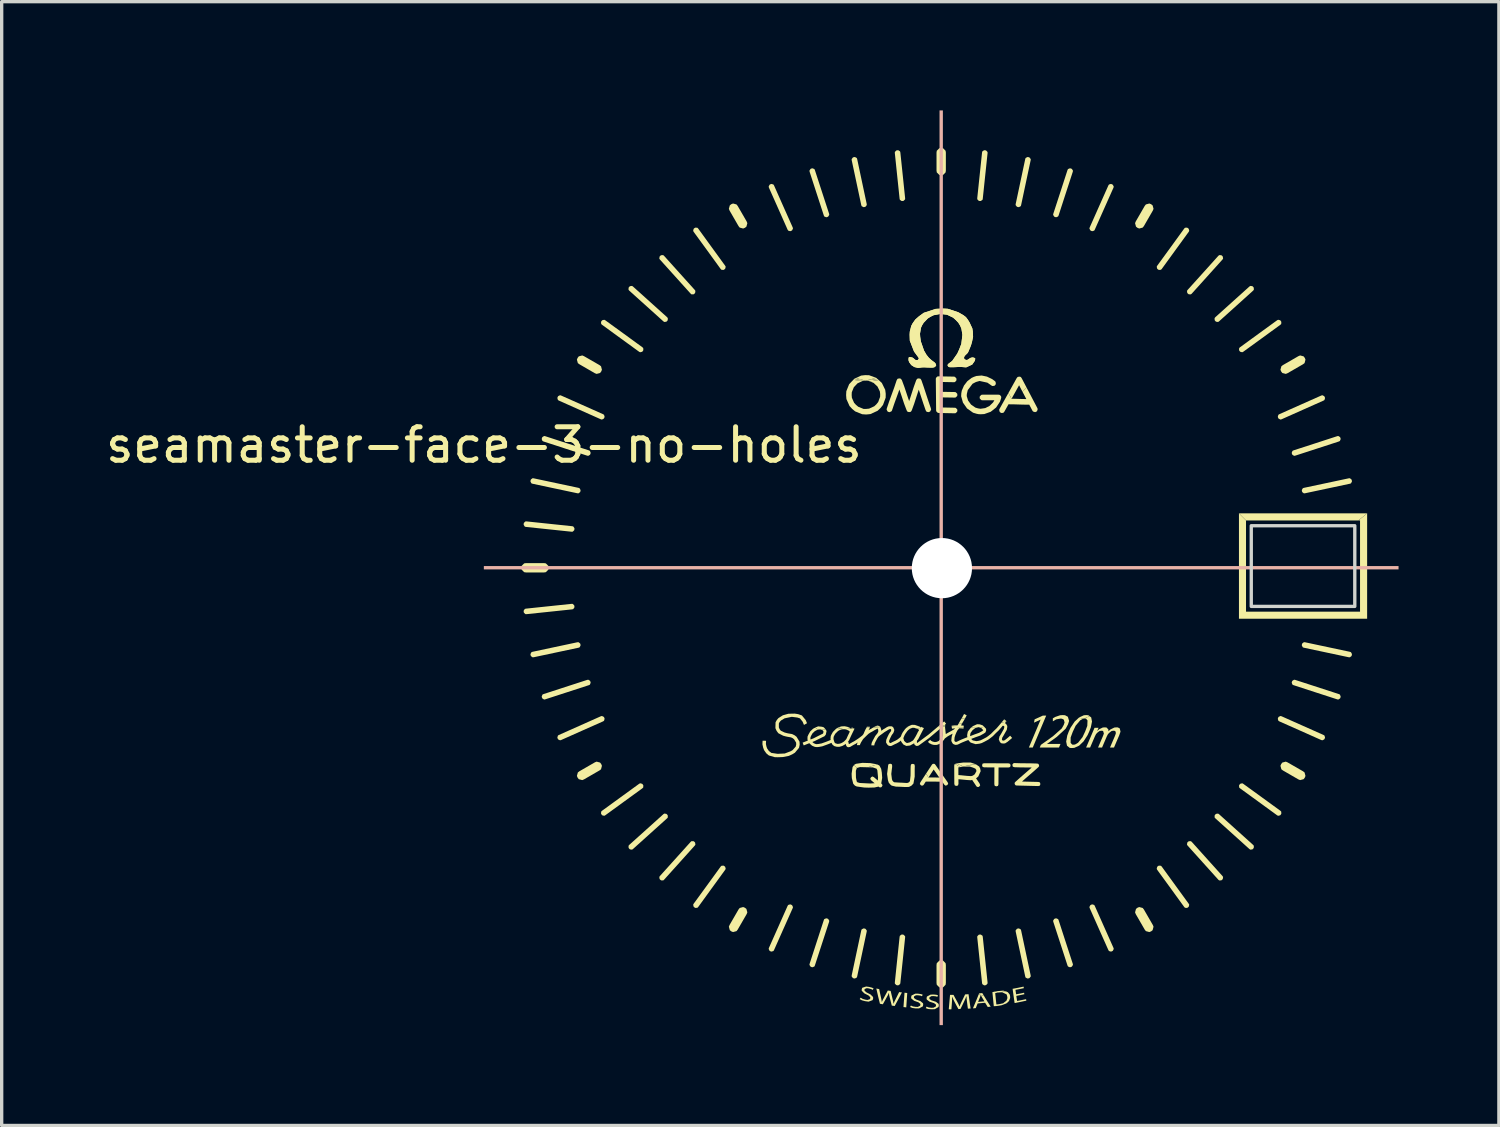
<source format=kicad_pcb>
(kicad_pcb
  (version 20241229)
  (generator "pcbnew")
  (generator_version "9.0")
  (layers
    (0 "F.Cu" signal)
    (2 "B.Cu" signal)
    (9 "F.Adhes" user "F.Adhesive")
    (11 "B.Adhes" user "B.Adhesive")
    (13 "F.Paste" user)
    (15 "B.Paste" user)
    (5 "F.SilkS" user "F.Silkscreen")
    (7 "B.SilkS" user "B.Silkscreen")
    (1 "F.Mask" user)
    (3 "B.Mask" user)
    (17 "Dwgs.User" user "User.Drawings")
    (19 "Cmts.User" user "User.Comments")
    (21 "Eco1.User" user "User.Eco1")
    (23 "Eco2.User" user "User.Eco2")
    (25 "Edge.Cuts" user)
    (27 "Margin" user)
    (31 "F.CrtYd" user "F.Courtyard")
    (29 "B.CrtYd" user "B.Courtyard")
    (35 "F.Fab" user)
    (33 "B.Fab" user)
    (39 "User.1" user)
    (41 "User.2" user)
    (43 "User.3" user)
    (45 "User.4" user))
  (footprint "seamaster-face-3-no-holes"
    (layer "F.Cu")
    (at 11.411 0.25)
    (property "Reference" "seamaster-face-3-no-holes" (at 0 10 0) (layer "F.SilkS") (effects (font (size 1 1) (thickness 0.15))))
    (attr through_hole)
    (fp_poly (pts (xy 2.624 14.747) (xy 2.624 14.747) (xy 2.624 14.747)) (stroke (width 0) (type solid)) (fill yes) (layer "F.SilkS"))
    (fp_poly (pts (xy 10.737 18.496) (xy 10.698 18.499) (xy 10.736 18.496)) (stroke (width 0) (type solid)) (fill yes) (layer "F.SilkS"))
    (fp_poly (pts (xy 10.737 18.496) (xy 10.736 18.496) (xy 10.738 18.496)) (stroke (width 0) (type solid)) (fill yes) (layer "F.SilkS"))
    (fp_poly (pts (xy 10.747 18.496) (xy 10.737 18.496) (xy 10.746 18.495)) (stroke (width 0) (type solid)) (fill yes) (layer "F.SilkS"))
    (fp_poly (pts (xy 11.4 8.078) (xy 11.316 8.088) (xy 11.392 8.077)) (stroke (width 0) (type solid)) (fill yes) (layer "F.SilkS"))
    (fp_poly (pts (xy 11.409 8.078) (xy 11.4 8.078) (xy 11.405 8.077)) (stroke (width 0) (type solid)) (fill yes) (layer "F.SilkS"))
    (fp_poly (pts (xy 14.239 19.626) (xy 14.208 19.63) (xy 14.238 19.625)) (stroke (width 0) (type solid)) (fill yes) (layer "F.SilkS"))
    (fp_poly (pts (xy 14.239 19.626) (xy 14.238 19.625) (xy 14.259 19.622)) (stroke (width 0) (type solid)) (fill yes) (layer "F.SilkS"))
    (fp_poly (pts (xy 14.341 19.613) (xy 14.239 19.626) (xy 14.326 19.607)) (stroke (width 0) (type solid)) (fill yes) (layer "F.SilkS"))
    (fp_poly (pts (xy 15.568 18.21) (xy 15.54 18.212) (xy 15.553 18.197)) (stroke (width 0) (type solid)) (fill yes) (layer "F.SilkS"))
    (fp_poly (pts (xy 10.672 18.48) (xy 10.52 18.488) (xy 10.531 18.478) (xy 10.57 18.455)) (stroke (width 0) (type solid)) (fill yes) (layer "F.SilkS"))
    (fp_poly (pts (xy 10.967 18.476) (xy 10.976 18.482) (xy 10.746 18.496) (xy 10.746 18.495)) (stroke (width 0) (type solid)) (fill yes) (layer "F.SilkS"))
    (fp_poly (pts (xy 11.316 8.088) (xy 11.041 8.053) (xy 11.065 8.027) (xy 11.392 8.077)) (stroke (width 0) (type solid)) (fill yes) (layer "F.SilkS"))
    (fp_poly (pts (xy 11.402 8.076) (xy 11.405 8.077) (xy 11.4 8.078) (xy 11.392 8.077)) (stroke (width 0) (type solid)) (fill yes) (layer "F.SilkS"))
    (fp_poly (pts (xy 11.727 7.993) (xy 11.763 8.026) (xy 11.417 8.074) (xy 11.722 7.991)) (stroke (width 0) (type solid)) (fill yes) (layer "F.SilkS"))
    (fp_poly (pts (xy 11.793 18.391) (xy 11.809 18.399) (xy 11.704 18.409) (xy 11.755 18.386)) (stroke (width 0) (type solid)) (fill yes) (layer "F.SilkS"))
    (fp_poly (pts (xy 12.182 18.411) (xy 12.078 18.417) (xy 12.081 18.415) (xy 12.104 18.404)) (stroke (width 0) (type solid)) (fill yes) (layer "F.SilkS"))
    (fp_poly (pts (xy 13.786 18.413) (xy 13.588 18.404) (xy 13.593 18.4) (xy 13.787 18.38)) (stroke (width 0) (type solid)) (fill yes) (layer "F.SilkS"))
    (fp_poly (pts (xy 14.67 19.53) (xy 14.706 19.544) (xy 14.332 19.609) (xy 14.326 19.607)) (stroke (width 0) (type solid)) (fill yes) (layer "F.SilkS"))
    (fp_poly (pts (xy 15.581 18.221) (xy 15.53 18.224) (xy 15.54 18.212) (xy 15.568 18.21)) (stroke (width 0) (type solid)) (fill yes) (layer "F.SilkS"))
    (fp_poly (pts (xy 26.138 12.255) (xy 22.779 12.255) (xy 22.568 12.043) (xy 26.399 12.043)) (stroke (width 0) (type solid)) (fill yes) (layer "F.SilkS"))
    (fp_poly (pts (xy 10.738 18.496) (xy 10.736 18.496) (xy 10.57 18.455) (xy 10.597 18.44) (xy 10.746 18.495)) (stroke (width 0) (type solid)) (fill yes) (layer "F.SilkS"))
    (fp_poly (pts (xy 11.055 18.468) (xy 10.982 18.474) (xy 10.983 18.473) (xy 10.991 18.456) (xy 10.998 18.44)) (stroke (width 0) (type solid)) (fill yes) (layer "F.SilkS"))
    (fp_poly (pts (xy 11.065 8.027) (xy 11.07 8.022) (xy 11.123 7.997) (xy 11.402 8.076) (xy 11.392 8.077)) (stroke (width 0) (type solid)) (fill yes) (layer "F.SilkS"))
    (fp_poly (pts (xy 11.073 18.476) (xy 10.978 18.482) (xy 10.98 18.478) (xy 10.982 18.474) (xy 11.055 18.468)) (stroke (width 0) (type solid)) (fill yes) (layer "F.SilkS"))
    (fp_poly (pts (xy 11.493 18.42) (xy 11.537 18.421) (xy 11.537 18.424) (xy 11.444 18.432) (xy 11.449 18.419)) (stroke (width 0) (type solid)) (fill yes) (layer "F.SilkS"))
    (fp_poly (pts (xy 11.532 18.449) (xy 11.433 18.455) (xy 11.439 18.444) (xy 11.444 18.432) (xy 11.537 18.424)) (stroke (width 0) (type solid)) (fill yes) (layer "F.SilkS"))
    (fp_poly (pts (xy 12.17 18.401) (xy 12.198 18.408) (xy 12.204 18.413) (xy 12.104 18.404) (xy 12.113 18.399)) (stroke (width 0) (type solid)) (fill yes) (layer "F.SilkS"))
    (fp_poly (pts (xy 11.123 7.997) (xy 11.276 7.925) (xy 11.393 7.912) (xy 11.512 7.914) (xy 11.722 7.991) (xy 11.405 8.077)) (stroke (width 0) (type solid)) (fill yes) (layer "F.SilkS"))
    (fp_poly (pts (xy 14.259 19.622) (xy 14.238 19.625) (xy 14.083 19.534) (xy 14.108 19.523) (xy 14.126 19.519) (xy 14.326 19.607)) (stroke (width 0) (type solid)) (fill yes) (layer "F.SilkS"))
    (fp_poly (pts (xy 14.392 18.059) (xy 14.431 18.078) (xy 14.385 18.166) (xy 14.277 18.176) (xy 14.305 18.127) (xy 14.352 18.039)) (stroke (width 0) (type solid)) (fill yes) (layer "F.SilkS"))
    (fp_poly (pts (xy 15.596 26.329) (xy 15.377 26.364) (xy 15.375 26.364) (xy 15.283 26.334) (xy 15.366 26.321) (xy 15.522 26.307)) (stroke (width 0) (type solid)) (fill yes) (layer "F.SilkS"))
    (fp_poly (pts (xy 11.846 18.42) (xy 11.85 18.43) (xy 11.637 18.443) (xy 11.643 18.439) (xy 11.687 18.416) (xy 11.704 18.409) (xy 11.809 18.399)) (stroke (width 0) (type solid)) (fill yes) (layer "F.SilkS"))
    (fp_poly (pts (xy 15.586 18.226) (xy 15.62 18.255) (xy 15.613 18.264) (xy 15.468 18.299) (xy 15.485 18.278) (xy 15.53 18.224) (xy 15.581 18.221)) (stroke (width 0) (type solid)) (fill yes) (layer "F.SilkS"))
    (fp_poly (pts (xy 11.417 8.074) (xy 11.763 8.026) (xy 11.8 8.058) (xy 11.539 8.099) (xy 11.501 8.084) (xy 11.418 8.078) (xy 11.409 8.078) (xy 11.405 8.077)) (stroke (width 0) (type solid)) (fill yes) (layer "F.SilkS"))
    (fp_poly (pts (xy 12.614 26.374) (xy 12.654 26.378) (xy 12.639 26.593) (xy 12.625 26.808) (xy 12.583 26.803) (xy 12.542 26.799) (xy 12.557 26.584) (xy 12.573 26.369)) (stroke (width 0) (type solid)) (fill yes) (layer "F.SilkS"))
    (fp_poly (pts (xy 14.126 19.519) (xy 14.154 19.514) (xy 14.223 19.504) (xy 14.331 19.49) (xy 14.55 19.491) (xy 14.661 19.526) (xy 14.67 19.53) (xy 14.326 19.607)) (stroke (width 0) (type solid)) (fill yes) (layer "F.SilkS"))
    (fp_poly (pts (xy 14.936 26.445) (xy 14.866 26.466) (xy 14.851 26.435) (xy 14.85 26.435) (xy 14.789 26.421) (xy 14.801 26.39) (xy 14.849 26.385) (xy 14.897 26.381)) (stroke (width 0) (type solid)) (fill yes) (layer "F.SilkS"))
    (fp_poly (pts (xy 16.406 19.041) (xy 16.29 19.041) (xy 16.64 18.208) (xy 16.637 18.208) (xy 16.443 18.298) (xy 16.461 18.199) (xy 16.705 18.088) (xy 16.807 18.088)) (stroke (width 0) (type solid)) (fill yes) (layer "F.SilkS"))
    (fp_poly (pts (xy 18.069 18.077) (xy 18.103 18.104) (xy 17.946 18.174) (xy 17.912 18.177) (xy 17.782 18.151) (xy 17.792 18.142) (xy 17.933 18.077) (xy 18.002 18.072)) (stroke (width 0) (type solid)) (fill yes) (layer "F.SilkS"))
    (fp_poly (pts (xy 10.597 18.44) (xy 10.601 18.438) (xy 10.683 18.41) (xy 10.732 18.408) (xy 10.78 18.405) (xy 10.867 18.423) (xy 10.931 18.449) (xy 10.967 18.476) (xy 10.746 18.495)) (stroke (width 0) (type solid)) (fill yes) (layer "F.SilkS"))
    (fp_poly (pts (xy 22.779 14.981) (xy 26.187 14.981) (xy 26.187 12.255) (xy 26.138 12.255) (xy 26.399 12.043) (xy 26.399 15.192) (xy 22.568 15.192) (xy 22.568 12.043) (xy 22.779 12.255)) (stroke (width 0) (type solid)) (fill yes) (layer "F.SilkS"))
    (fp_poly (pts (xy 14.383 18.17) (xy 14.334 18.253) (xy 14.31 18.293) (xy 14.292 18.326) (xy 14.184 18.337) (xy 14.211 18.288) (xy 14.233 18.249) (xy 14.257 18.209) (xy 14.277 18.176) (xy 14.385 18.166)) (stroke (width 0) (type solid)) (fill yes) (layer "F.SilkS"))
    (fp_poly (pts (xy 16.045 7.965) (xy 16.073 8.001) (xy 16.222 8.285) (xy 16.098 8.408) (xy 15.997 8.214) (xy 15.772 8.617) (xy 15.677 8.447) (xy 15.926 7.999) (xy 15.953 7.967) (xy 16 7.956)) (stroke (width 0) (type solid)) (fill yes) (layer "F.SilkS"))
    (fp_poly (pts (xy 10.107 18.421) (xy 10.16 18.438) (xy 10.219 18.504) (xy 10.096 18.511) (xy 10.081 18.506) (xy 10.059 18.5) (xy 10.039 18.5) (xy 9.991 18.505) (xy 9.901 18.448) (xy 9.925 18.435) (xy 9.993 18.409)) (stroke (width 0) (type solid)) (fill yes) (layer "F.SilkS"))
    (fp_poly (pts (xy 11.547 19.507) (xy 11.746 19.543) (xy 11.755 19.547) (xy 11.471 19.632) (xy 11.242 19.626) (xy 11.148 19.653) (xy 11.062 19.568) (xy 11.069 19.558) (xy 11.069 19.558) (xy 11.122 19.528) (xy 11.315 19.5)) (stroke (width 0) (type solid)) (fill yes) (layer "F.SilkS"))
    (fp_poly (pts (xy 13.473 19.532) (xy 13.493 19.554) (xy 13.684 19.827) (xy 13.612 19.938) (xy 13.444 19.699) (xy 13.289 19.936) (xy 13.216 19.822) (xy 13.391 19.555) (xy 13.412 19.533) (xy 13.442 19.527) (xy 13.443 19.527)) (stroke (width 0) (type solid)) (fill yes) (layer "F.SilkS"))
    (fp_poly (pts (xy 14.289 18.331) (xy 14.274 18.358) (xy 14.26 18.381) (xy 14.304 18.384) (xy 14.344 18.388) (xy 14.339 18.438) (xy 13.984 18.422) (xy 13.979 18.39) (xy 14.062 18.381) (xy 14.158 18.379) (xy 14.182 18.34) (xy 14.184 18.337) (xy 14.292 18.326)) (stroke (width 0) (type solid)) (fill yes) (layer "F.SilkS"))
    (fp_poly (pts (xy 14.821 18.349) (xy 14.907 18.378) (xy 14.954 18.422) (xy 14.954 18.422) (xy 14.841 18.45) (xy 14.805 18.437) (xy 14.792 18.435) (xy 14.78 18.434) (xy 14.695 18.454) (xy 14.558 18.448) (xy 14.583 18.429) (xy 14.62 18.4) (xy 14.742 18.345)) (stroke (width 0) (type solid)) (fill yes) (layer "F.SilkS"))
    (fp_poly (pts (xy 1.853 13.538) (xy 1.928 13.613) (xy 1.936 13.669) (xy 1.928 13.725) (xy 1.853 13.801) (xy 1.797 13.809) (xy 1.261 13.809) (xy 1.205 13.801) (xy 1.129 13.725) (xy 1.121 13.669) (xy 1.129 13.613) (xy 1.205 13.538) (xy 1.261 13.53) (xy 1.797 13.53)) (stroke (width 0) (type solid)) (fill yes) (layer "F.SilkS"))
    (fp_poly (pts (xy 2.993 7.345) (xy 3.457 7.612) (xy 3.502 7.647) (xy 3.529 7.751) (xy 3.508 7.803) (xy 3.473 7.848) (xy 3.37 7.875) (xy 3.317 7.854) (xy 2.854 7.586) (xy 2.809 7.552) (xy 2.781 7.448) (xy 2.803 7.396) (xy 2.837 7.351) (xy 2.941 7.323)) (stroke (width 0) (type solid)) (fill yes) (layer "F.SilkS"))
    (fp_poly (pts (xy 3.473 19.491) (xy 3.508 19.536) (xy 3.529 19.588) (xy 3.502 19.692) (xy 3.457 19.726) (xy 2.993 19.994) (xy 2.941 20.015) (xy 2.837 19.988) (xy 2.803 19.943) (xy 2.781 19.891) (xy 2.809 19.787) (xy 2.854 19.752) (xy 3.317 19.485) (xy 3.37 19.463)) (stroke (width 0) (type solid)) (fill yes) (layer "F.SilkS"))
    (fp_poly (pts (xy 7.551 2.81) (xy 7.586 2.854) (xy 7.854 3.318) (xy 7.875 3.37) (xy 7.847 3.474) (xy 7.802 3.509) (xy 7.75 3.53) (xy 7.647 3.502) (xy 7.612 3.458) (xy 7.344 2.994) (xy 7.323 2.941) (xy 7.351 2.838) (xy 7.395 2.803) (xy 7.448 2.782)) (stroke (width 0) (type solid)) (fill yes) (layer "F.SilkS"))
    (fp_poly (pts (xy 7.802 23.83) (xy 7.847 23.865) (xy 7.875 23.968) (xy 7.854 24.021) (xy 7.586 24.485) (xy 7.551 24.529) (xy 7.448 24.557) (xy 7.395 24.536) (xy 7.351 24.501) (xy 7.323 24.397) (xy 7.344 24.345) (xy 7.612 23.881) (xy 7.647 23.837) (xy 7.75 23.809)) (stroke (width 0) (type solid)) (fill yes) (layer "F.SilkS"))
    (fp_poly (pts (xy 13.725 1.13) (xy 13.8 1.206) (xy 13.808 1.262) (xy 13.808 1.797) (xy 13.8 1.853) (xy 13.725 1.929) (xy 13.669 1.937) (xy 13.613 1.929) (xy 13.537 1.853) (xy 13.529 1.797) (xy 13.529 1.262) (xy 13.537 1.206) (xy 13.613 1.13) (xy 13.669 1.122)) (stroke (width 0) (type solid)) (fill yes) (layer "F.SilkS"))
    (fp_poly (pts (xy 13.725 25.41) (xy 13.8 25.486) (xy 13.808 25.542) (xy 13.808 26.077) (xy 13.8 26.133) (xy 13.725 26.209) (xy 13.669 26.217) (xy 13.613 26.209) (xy 13.537 26.133) (xy 13.529 26.077) (xy 13.529 25.542) (xy 13.537 25.486) (xy 13.613 25.41) (xy 13.669 25.402)) (stroke (width 0) (type solid)) (fill yes) (layer "F.SilkS"))
    (fp_poly (pts (xy 19.691 23.837) (xy 19.726 23.881) (xy 19.994 24.345) (xy 20.015 24.397) (xy 19.987 24.501) (xy 19.942 24.536) (xy 19.89 24.557) (xy 19.787 24.529) (xy 19.752 24.485) (xy 19.484 24.021) (xy 19.463 23.968) (xy 19.491 23.865) (xy 19.535 23.83) (xy 19.587 23.809)) (stroke (width 0) (type solid)) (fill yes) (layer "F.SilkS"))
    (fp_poly (pts (xy 19.942 2.803) (xy 19.987 2.838) (xy 20.015 2.941) (xy 19.994 2.994) (xy 19.726 3.458) (xy 19.691 3.502) (xy 19.587 3.53) (xy 19.535 3.509) (xy 19.491 3.474) (xy 19.463 3.37) (xy 19.484 3.318) (xy 19.752 2.854) (xy 19.787 2.81) (xy 19.89 2.782)) (stroke (width 0) (type solid)) (fill yes) (layer "F.SilkS"))
    (fp_poly (pts (xy 24.02 19.485) (xy 24.484 19.752) (xy 24.529 19.787) (xy 24.556 19.891) (xy 24.535 19.943) (xy 24.5 19.988) (xy 24.397 20.015) (xy 24.344 19.994) (xy 23.881 19.726) (xy 23.836 19.692) (xy 23.808 19.588) (xy 23.83 19.536) (xy 23.864 19.491) (xy 23.968 19.463)) (stroke (width 0) (type solid)) (fill yes) (layer "F.SilkS"))
    (fp_poly (pts (xy 24.5 7.351) (xy 24.535 7.396) (xy 24.556 7.448) (xy 24.529 7.552) (xy 24.484 7.586) (xy 24.02 7.854) (xy 23.968 7.875) (xy 23.864 7.848) (xy 23.83 7.803) (xy 23.808 7.751) (xy 23.836 7.647) (xy 23.881 7.612) (xy 24.344 7.345) (xy 24.397 7.323)) (stroke (width 0) (type solid)) (fill yes) (layer "F.SilkS"))
    (fp_poly (pts (xy 5.454 21.024) (xy 5.478 21.045) (xy 5.496 21.07) (xy 5.498 21.131) (xy 5.478 21.156) (xy 4.455 22.077) (xy 4.428 22.094) (xy 4.368 22.086) (xy 4.344 22.065) (xy 4.326 22.039) (xy 4.324 21.979) (xy 4.344 21.953) (xy 4.856 21.493) (xy 5.367 21.033) (xy 5.394 21.015)) (stroke (width 0) (type solid)) (fill yes) (layer "F.SilkS"))
    (fp_poly (pts (xy 21.156 21.86) (xy 22.076 22.883) (xy 22.094 22.91) (xy 22.085 22.97) (xy 22.065 22.994) (xy 22.039 23.012) (xy 21.978 23.014) (xy 21.953 22.994) (xy 21.493 22.483) (xy 21.032 21.971) (xy 21.015 21.945) (xy 21.023 21.884) (xy 21.044 21.86) (xy 21.07 21.842) (xy 21.131 21.84)) (stroke (width 0) (type solid)) (fill yes) (layer "F.SilkS"))
    (fp_poly (pts (xy 21.971 21.033) (xy 22.482 21.493) (xy 22.993 21.953) (xy 23.013 21.979) (xy 23.011 22.039) (xy 22.993 22.065) (xy 22.97 22.086) (xy 22.909 22.094) (xy 22.882 22.077) (xy 21.86 21.156) (xy 21.84 21.131) (xy 21.842 21.07) (xy 21.86 21.045) (xy 21.884 21.024) (xy 21.944 21.016)) (stroke (width 0) (type solid)) (fill yes) (layer "F.SilkS"))
    (fp_poly (pts (xy 22.039 4.327) (xy 22.065 4.345) (xy 22.085 4.369) (xy 22.094 4.429) (xy 22.076 4.456) (xy 21.156 5.478) (xy 21.131 5.498) (xy 21.07 5.497) (xy 21.044 5.478) (xy 21.023 5.455) (xy 21.015 5.394) (xy 21.032 5.367) (xy 21.493 4.856) (xy 21.953 4.345) (xy 21.978 4.325)) (stroke (width 0) (type solid)) (fill yes) (layer "F.SilkS"))
    (fp_poly (pts (xy 1.486 10.995) (xy 2.159 11.138) (xy 2.832 11.281) (xy 2.862 11.293) (xy 2.89 11.346) (xy 2.888 11.378) (xy 2.877 11.408) (xy 2.829 11.445) (xy 2.797 11.443) (xy 2.124 11.3) (xy 1.452 11.157) (xy 1.422 11.146) (xy 1.393 11.092) (xy 1.396 11.061) (xy 1.406 11.031) (xy 1.454 10.993)) (stroke (width 0) (type solid)) (fill yes) (layer "F.SilkS"))
    (fp_poly (pts (xy 1.832 9.736) (xy 2.486 9.949) (xy 3.141 10.161) (xy 3.169 10.176) (xy 3.192 10.232) (xy 3.186 10.263) (xy 3.173 10.292) (xy 3.121 10.324) (xy 3.089 10.319) (xy 2.435 10.107) (xy 1.781 9.894) (xy 1.752 9.879) (xy 1.729 9.823) (xy 1.736 9.792) (xy 1.749 9.763) (xy 1.801 9.731)) (stroke (width 0) (type solid)) (fill yes) (layer "F.SilkS"))
    (fp_poly (pts (xy 2.656 14.749) (xy 2.7 14.791) (xy 2.707 14.822) (xy 2.707 14.853) (xy 2.672 14.903) (xy 2.641 14.912) (xy 1.957 14.984) (xy 1.273 15.056) (xy 1.241 15.054) (xy 1.197 15.012) (xy 1.19 14.981) (xy 1.191 14.949) (xy 1.225 14.899) (xy 1.256 14.891) (xy 1.94 14.819) (xy 2.624 14.747)) (stroke (width 0) (type solid)) (fill yes) (layer "F.SilkS"))
    (fp_poly (pts (xy 2.877 15.931) (xy 2.888 15.961) (xy 2.89 15.992) (xy 2.862 16.046) (xy 2.832 16.058) (xy 2.159 16.201) (xy 1.486 16.344) (xy 1.454 16.345) (xy 1.406 16.308) (xy 1.396 16.278) (xy 1.393 16.247) (xy 1.422 16.193) (xy 1.452 16.181) (xy 2.124 16.038) (xy 2.797 15.895) (xy 2.829 15.894)) (stroke (width 0) (type solid)) (fill yes) (layer "F.SilkS"))
    (fp_poly (pts (xy 3.173 17.047) (xy 3.186 17.075) (xy 3.192 17.106) (xy 3.169 17.163) (xy 3.141 17.177) (xy 2.486 17.39) (xy 1.832 17.602) (xy 1.801 17.608) (xy 1.749 17.575) (xy 1.736 17.547) (xy 1.729 17.516) (xy 1.752 17.459) (xy 1.781 17.445) (xy 2.435 17.232) (xy 3.089 17.02) (xy 3.121 17.015)) (stroke (width 0) (type solid)) (fill yes) (layer "F.SilkS"))
    (fp_poly (pts (xy 4.455 5.262) (xy 5.478 6.182) (xy 5.478 6.182) (xy 5.498 6.208) (xy 5.496 6.268) (xy 5.478 6.294) (xy 5.454 6.315) (xy 5.394 6.323) (xy 5.367 6.306) (xy 4.856 5.846) (xy 4.344 5.385) (xy 4.324 5.36) (xy 4.326 5.299) (xy 4.344 5.274) (xy 4.368 5.253) (xy 4.428 5.245)) (stroke (width 0) (type solid)) (fill yes) (layer "F.SilkS"))
    (fp_poly (pts (xy 5.385 4.345) (xy 5.845 4.856) (xy 6.305 5.367) (xy 6.305 5.367) (xy 6.323 5.394) (xy 6.314 5.455) (xy 6.294 5.478) (xy 6.268 5.497) (xy 6.207 5.498) (xy 6.182 5.478) (xy 5.261 4.456) (xy 5.244 4.429) (xy 5.252 4.369) (xy 5.273 4.345) (xy 5.299 4.327) (xy 5.36 4.325)) (stroke (width 0) (type solid)) (fill yes) (layer "F.SilkS"))
    (fp_poly (pts (xy 6.268 21.842) (xy 6.294 21.86) (xy 6.314 21.884) (xy 6.323 21.945) (xy 6.305 21.971) (xy 5.845 22.483) (xy 5.385 22.994) (xy 5.36 23.014) (xy 5.299 23.012) (xy 5.273 22.994) (xy 5.252 22.97) (xy 5.244 22.91) (xy 5.261 22.883) (xy 6.182 21.86) (xy 6.182 21.86) (xy 6.207 21.84)) (stroke (width 0) (type solid)) (fill yes) (layer "F.SilkS"))
    (fp_poly (pts (xy 7.19 22.587) (xy 7.213 22.608) (xy 7.228 22.667) (xy 7.213 22.696) (xy 6.809 23.252) (xy 6.405 23.809) (xy 6.382 23.831) (xy 6.321 23.836) (xy 6.294 23.82) (xy 6.27 23.799) (xy 6.256 23.74) (xy 6.27 23.711) (xy 6.675 23.155) (xy 7.079 22.598) (xy 7.102 22.576) (xy 7.163 22.571)) (stroke (width 0) (type solid)) (fill yes) (layer "F.SilkS"))
    (fp_poly (pts (xy 9.186 23.739) (xy 9.213 23.755) (xy 9.239 23.81) (xy 9.231 23.841) (xy 8.951 24.469) (xy 8.672 25.097) (xy 8.654 25.124) (xy 8.595 25.141) (xy 8.565 25.132) (xy 8.538 25.116) (xy 8.512 25.061) (xy 8.52 25.03) (xy 8.8 24.401) (xy 9.079 23.773) (xy 9.097 23.746) (xy 9.156 23.729)) (stroke (width 0) (type solid)) (fill yes) (layer "F.SilkS"))
    (fp_poly (pts (xy 9.879 1.753) (xy 9.893 1.782) (xy 10.106 2.436) (xy 10.319 3.09) (xy 10.323 3.122) (xy 10.291 3.173) (xy 10.263 3.187) (xy 10.232 3.193) (xy 10.175 3.17) (xy 10.161 3.141) (xy 9.948 2.487) (xy 9.736 1.833) (xy 9.731 1.801) (xy 9.763 1.749) (xy 9.791 1.736) (xy 9.822 1.73)) (stroke (width 0) (type solid)) (fill yes) (layer "F.SilkS"))
    (fp_poly (pts (xy 10.263 24.152) (xy 10.291 24.165) (xy 10.323 24.217) (xy 10.319 24.249) (xy 10.106 24.903) (xy 9.893 25.557) (xy 9.879 25.586) (xy 9.822 25.609) (xy 9.791 25.603) (xy 9.763 25.589) (xy 9.731 25.538) (xy 9.736 25.506) (xy 9.948 24.852) (xy 10.161 24.198) (xy 10.175 24.169) (xy 10.232 24.146)) (stroke (width 0) (type solid)) (fill yes) (layer "F.SilkS"))
    (fp_poly (pts (xy 11.145 1.422) (xy 11.157 1.452) (xy 11.3 2.125) (xy 11.443 2.798) (xy 11.444 2.83) (xy 11.407 2.878) (xy 11.377 2.888) (xy 11.346 2.891) (xy 11.292 2.862) (xy 11.28 2.832) (xy 11.137 2.159) (xy 10.994 1.487) (xy 10.993 1.455) (xy 11.03 1.406) (xy 11.06 1.396) (xy 11.091 1.393)) (stroke (width 0) (type solid)) (fill yes) (layer "F.SilkS"))
    (fp_poly (pts (xy 11.377 24.451) (xy 11.407 24.461) (xy 11.444 24.509) (xy 11.443 24.541) (xy 11.3 25.214) (xy 11.157 25.887) (xy 11.145 25.917) (xy 11.091 25.945) (xy 11.06 25.942) (xy 11.03 25.932) (xy 10.993 25.884) (xy 10.994 25.852) (xy 11.137 25.179) (xy 11.28 24.507) (xy 11.292 24.477) (xy 11.346 24.448)) (stroke (width 0) (type solid)) (fill yes) (layer "F.SilkS"))
    (fp_poly (pts (xy 12.389 1.191) (xy 12.439 1.225) (xy 12.448 1.257) (xy 12.52 1.941) (xy 12.591 2.625) (xy 12.59 2.657) (xy 12.547 2.701) (xy 12.517 2.708) (xy 12.485 2.707) (xy 12.435 2.673) (xy 12.426 2.642) (xy 12.354 1.958) (xy 12.283 1.274) (xy 12.284 1.242) (xy 12.326 1.198) (xy 12.357 1.191)) (stroke (width 0) (type solid)) (fill yes) (layer "F.SilkS"))
    (fp_poly (pts (xy 12.547 24.638) (xy 12.59 24.682) (xy 12.591 24.714) (xy 12.52 25.398) (xy 12.448 26.082) (xy 12.439 26.113) (xy 12.389 26.148) (xy 12.357 26.148) (xy 12.326 26.141) (xy 12.284 26.097) (xy 12.283 26.065) (xy 12.354 25.381) (xy 12.426 24.697) (xy 12.435 24.666) (xy 12.485 24.631) (xy 12.517 24.631)) (stroke (width 0) (type solid)) (fill yes) (layer "F.SilkS"))
    (fp_poly (pts (xy 14.852 24.632) (xy 14.903 24.666) (xy 14.911 24.697) (xy 14.983 25.381) (xy 15.055 26.065) (xy 15.053 26.097) (xy 15.011 26.141) (xy 14.98 26.148) (xy 14.949 26.148) (xy 14.898 26.113) (xy 14.89 26.082) (xy 14.818 25.398) (xy 14.746 24.714) (xy 14.748 24.682) (xy 14.79 24.638) (xy 14.821 24.631)) (stroke (width 0) (type solid)) (fill yes) (layer "F.SilkS"))
    (fp_poly (pts (xy 16.046 24.477) (xy 16.057 24.507) (xy 16.2 25.179) (xy 16.343 25.852) (xy 16.345 25.884) (xy 16.307 25.932) (xy 16.277 25.942) (xy 16.246 25.945) (xy 16.192 25.917) (xy 16.181 25.887) (xy 16.038 25.214) (xy 15.895 24.541) (xy 15.893 24.509) (xy 15.931 24.461) (xy 15.96 24.451) (xy 15.992 24.448)) (stroke (width 0) (type solid)) (fill yes) (layer "F.SilkS"))
    (fp_poly (pts (xy 16.277 1.396) (xy 16.307 1.406) (xy 16.345 1.455) (xy 16.343 1.487) (xy 16.2 2.159) (xy 16.057 2.832) (xy 16.046 2.862) (xy 15.992 2.891) (xy 15.96 2.888) (xy 15.931 2.878) (xy 15.893 2.83) (xy 15.895 2.798) (xy 16.038 2.125) (xy 16.181 1.452) (xy 16.192 1.422) (xy 16.246 1.393)) (stroke (width 0) (type solid)) (fill yes) (layer "F.SilkS"))
    (fp_poly (pts (xy 17.162 24.169) (xy 17.177 24.198) (xy 17.389 24.852) (xy 17.602 25.506) (xy 17.607 25.538) (xy 17.575 25.589) (xy 17.546 25.603) (xy 17.515 25.609) (xy 17.459 25.586) (xy 17.444 25.557) (xy 17.232 24.903) (xy 17.019 24.249) (xy 17.014 24.217) (xy 17.046 24.165) (xy 17.075 24.152) (xy 17.106 24.146)) (stroke (width 0) (type solid)) (fill yes) (layer "F.SilkS"))
    (fp_poly (pts (xy 17.546 1.736) (xy 17.575 1.749) (xy 17.607 1.801) (xy 17.602 1.833) (xy 17.389 2.487) (xy 17.177 3.141) (xy 17.162 3.17) (xy 17.106 3.193) (xy 17.075 3.187) (xy 17.046 3.174) (xy 17.014 3.122) (xy 17.019 3.09) (xy 17.232 2.436) (xy 17.444 1.782) (xy 17.459 1.753) (xy 17.515 1.73)) (stroke (width 0) (type solid)) (fill yes) (layer "F.SilkS"))
    (fp_poly (pts (xy 18.241 23.746) (xy 18.258 23.773) (xy 18.538 24.401) (xy 18.818 25.03) (xy 18.826 25.061) (xy 18.799 25.116) (xy 18.772 25.132) (xy 18.742 25.141) (xy 18.684 25.124) (xy 18.666 25.097) (xy 18.386 24.469) (xy 18.107 23.841) (xy 18.098 23.809) (xy 18.125 23.755) (xy 18.152 23.739) (xy 18.182 23.729)) (stroke (width 0) (type solid)) (fill yes) (layer "F.SilkS"))
    (fp_poly (pts (xy 22.695 20.125) (xy 23.252 20.529) (xy 23.808 20.933) (xy 23.831 20.956) (xy 23.835 21.017) (xy 23.82 21.044) (xy 23.798 21.068) (xy 23.739 21.082) (xy 23.71 21.068) (xy 23.154 20.663) (xy 22.598 20.259) (xy 22.575 20.236) (xy 22.57 20.176) (xy 22.586 20.148) (xy 22.607 20.125) (xy 22.666 20.11)) (stroke (width 0) (type solid)) (fill yes) (layer "F.SilkS"))
    (fp_poly (pts (xy 22.97 5.253) (xy 22.993 5.274) (xy 23.011 5.299) (xy 23.013 5.36) (xy 22.993 5.385) (xy 22.482 5.846) (xy 21.971 6.306) (xy 21.971 6.306) (xy 21.944 6.323) (xy 21.884 6.315) (xy 21.86 6.294) (xy 21.842 6.268) (xy 21.84 6.208) (xy 21.86 6.182) (xy 22.882 5.262) (xy 22.909 5.245)) (stroke (width 0) (type solid)) (fill yes) (layer "F.SilkS"))
    (fp_poly (pts (xy 23.798 6.271) (xy 23.82 6.294) (xy 23.835 6.322) (xy 23.831 6.383) (xy 23.808 6.405) (xy 23.252 6.81) (xy 22.695 7.214) (xy 22.666 7.228) (xy 22.607 7.214) (xy 22.586 7.191) (xy 22.57 7.163) (xy 22.575 7.102) (xy 22.598 7.08) (xy 23.154 6.675) (xy 23.71 6.271) (xy 23.739 6.257)) (stroke (width 0) (type solid)) (fill yes) (layer "F.SilkS"))
    (fp_poly (pts (xy 23.84 18.107) (xy 24.468 18.387) (xy 25.097 18.667) (xy 25.124 18.684) (xy 25.141 18.743) (xy 25.131 18.773) (xy 25.115 18.8) (xy 25.06 18.826) (xy 25.029 18.818) (xy 24.401 18.538) (xy 23.773 18.259) (xy 23.746 18.241) (xy 23.729 18.183) (xy 23.738 18.152) (xy 23.754 18.125) (xy 23.809 18.099)) (stroke (width 0) (type solid)) (fill yes) (layer "F.SilkS"))
    (fp_poly (pts (xy 24.248 17.02) (xy 24.902 17.232) (xy 25.556 17.445) (xy 25.585 17.459) (xy 25.608 17.516) (xy 25.602 17.547) (xy 25.589 17.575) (xy 25.537 17.608) (xy 25.505 17.602) (xy 24.851 17.39) (xy 24.197 17.177) (xy 24.168 17.163) (xy 24.145 17.106) (xy 24.151 17.075) (xy 24.165 17.047) (xy 24.216 17.015)) (stroke (width 0) (type solid)) (fill yes) (layer "F.SilkS"))
    (fp_poly (pts (xy 24.541 15.895) (xy 25.213 16.038) (xy 25.886 16.181) (xy 25.916 16.193) (xy 25.945 16.247) (xy 25.942 16.278) (xy 25.932 16.308) (xy 25.884 16.345) (xy 25.852 16.344) (xy 25.179 16.201) (xy 24.506 16.058) (xy 24.476 16.046) (xy 24.447 15.992) (xy 24.45 15.961) (xy 24.46 15.931) (xy 24.508 15.894)) (stroke (width 0) (type solid)) (fill yes) (layer "F.SilkS"))
    (fp_poly (pts (xy 25.115 8.539) (xy 25.131 8.566) (xy 25.141 8.596) (xy 25.124 8.655) (xy 25.097 8.672) (xy 24.468 8.952) (xy 23.84 9.232) (xy 23.809 9.24) (xy 23.754 9.213) (xy 23.738 9.186) (xy 23.729 9.156) (xy 23.746 9.098) (xy 23.773 9.08) (xy 24.401 8.8) (xy 25.029 8.521) (xy 25.06 8.512)) (stroke (width 0) (type solid)) (fill yes) (layer "F.SilkS"))
    (fp_poly (pts (xy 25.589 9.763) (xy 25.602 9.792) (xy 25.608 9.823) (xy 25.585 9.879) (xy 25.556 9.894) (xy 24.902 10.107) (xy 24.248 10.319) (xy 24.216 10.324) (xy 24.165 10.292) (xy 24.151 10.263) (xy 24.145 10.232) (xy 24.168 10.176) (xy 24.197 10.161) (xy 24.851 9.949) (xy 25.505 9.736) (xy 25.537 9.731)) (stroke (width 0) (type solid)) (fill yes) (layer "F.SilkS"))
    (fp_poly (pts (xy 25.932 11.031) (xy 25.942 11.061) (xy 25.945 11.092) (xy 25.916 11.146) (xy 25.886 11.157) (xy 25.213 11.3) (xy 24.541 11.443) (xy 24.508 11.445) (xy 24.46 11.408) (xy 24.45 11.378) (xy 24.447 11.346) (xy 24.476 11.293) (xy 24.506 11.281) (xy 25.179 11.138) (xy 25.852 10.995) (xy 25.884 10.993)) (stroke (width 0) (type solid)) (fill yes) (layer "F.SilkS"))
    (fp_poly (pts (xy 1.957 12.355) (xy 2.641 12.427) (xy 2.641 12.427) (xy 2.672 12.435) (xy 2.707 12.486) (xy 2.707 12.517) (xy 2.7 12.548) (xy 2.656 12.59) (xy 2.624 12.592) (xy 1.94 12.52) (xy 1.256 12.448) (xy 1.225 12.44) (xy 1.191 12.389) (xy 1.19 12.358) (xy 1.197 12.327) (xy 1.241 12.285) (xy 1.273 12.283)) (stroke (width 0) (type solid)) (fill yes) (layer "F.SilkS"))
    (fp_poly (pts (xy 2.308 8.521) (xy 2.937 8.8) (xy 3.565 9.08) (xy 3.565 9.08) (xy 3.592 9.098) (xy 3.609 9.156) (xy 3.6 9.186) (xy 3.583 9.213) (xy 3.529 9.24) (xy 3.497 9.232) (xy 2.869 8.952) (xy 2.241 8.672) (xy 2.214 8.655) (xy 2.197 8.596) (xy 2.206 8.566) (xy 2.222 8.539) (xy 2.277 8.512)) (stroke (width 0) (type solid)) (fill yes) (layer "F.SilkS"))
    (fp_poly (pts (xy 3.583 18.125) (xy 3.6 18.152) (xy 3.609 18.183) (xy 3.592 18.241) (xy 3.565 18.259) (xy 2.937 18.538) (xy 2.308 18.818) (xy 2.277 18.826) (xy 2.222 18.8) (xy 2.206 18.773) (xy 2.197 18.743) (xy 2.214 18.684) (xy 2.241 18.667) (xy 2.869 18.387) (xy 3.497 18.107) (xy 3.497 18.107) (xy 3.529 18.099)) (stroke (width 0) (type solid)) (fill yes) (layer "F.SilkS"))
    (fp_poly (pts (xy 3.627 6.271) (xy 4.184 6.675) (xy 4.74 7.08) (xy 4.74 7.08) (xy 4.763 7.102) (xy 4.767 7.163) (xy 4.752 7.191) (xy 4.73 7.214) (xy 4.671 7.228) (xy 4.642 7.214) (xy 4.086 6.81) (xy 3.53 6.405) (xy 3.507 6.383) (xy 3.502 6.322) (xy 3.518 6.294) (xy 3.539 6.271) (xy 3.598 6.257)) (stroke (width 0) (type solid)) (fill yes) (layer "F.SilkS"))
    (fp_poly (pts (xy 4.73 20.125) (xy 4.752 20.148) (xy 4.767 20.176) (xy 4.763 20.236) (xy 4.74 20.259) (xy 4.184 20.663) (xy 3.627 21.068) (xy 3.598 21.082) (xy 3.539 21.068) (xy 3.518 21.044) (xy 3.502 21.017) (xy 3.507 20.956) (xy 3.53 20.933) (xy 4.086 20.529) (xy 4.642 20.125) (xy 4.642 20.125) (xy 4.671 20.11)) (stroke (width 0) (type solid)) (fill yes) (layer "F.SilkS"))
    (fp_poly (pts (xy 6.382 3.507) (xy 6.405 3.53) (xy 6.809 4.087) (xy 7.213 4.643) (xy 7.213 4.643) (xy 7.228 4.672) (xy 7.213 4.731) (xy 7.19 4.752) (xy 7.163 4.768) (xy 7.102 4.763) (xy 7.079 4.741) (xy 6.675 4.184) (xy 6.27 3.628) (xy 6.256 3.599) (xy 6.27 3.54) (xy 6.294 3.518) (xy 6.321 3.503)) (stroke (width 0) (type solid)) (fill yes) (layer "F.SilkS"))
    (fp_poly (pts (xy 8.654 2.214) (xy 8.672 2.241) (xy 8.951 2.87) (xy 9.231 3.498) (xy 9.231 3.498) (xy 9.239 3.529) (xy 9.213 3.584) (xy 9.186 3.6) (xy 9.156 3.61) (xy 9.097 3.593) (xy 9.079 3.566) (xy 8.8 2.937) (xy 8.52 2.309) (xy 8.512 2.278) (xy 8.538 2.223) (xy 8.565 2.207) (xy 8.595 2.197)) (stroke (width 0) (type solid)) (fill yes) (layer "F.SilkS"))
    (fp_poly (pts (xy 15.011 1.198) (xy 15.053 1.242) (xy 15.055 1.274) (xy 14.983 1.958) (xy 14.911 2.642) (xy 14.911 2.642) (xy 14.903 2.673) (xy 14.852 2.707) (xy 14.821 2.708) (xy 14.79 2.701) (xy 14.748 2.657) (xy 14.746 2.625) (xy 14.818 1.941) (xy 14.89 1.257) (xy 14.898 1.225) (xy 14.949 1.191) (xy 14.98 1.191)) (stroke (width 0) (type solid)) (fill yes) (layer "F.SilkS"))
    (fp_poly (pts (xy 15.681 19.515) (xy 15.729 19.529) (xy 15.742 19.577) (xy 15.728 19.625) (xy 15.68 19.638) (xy 15.383 19.637) (xy 15.38 20.141) (xy 15.366 20.188) (xy 15.318 20.202) (xy 15.27 20.188) (xy 15.257 20.14) (xy 15.259 19.636) (xy 14.953 19.634) (xy 14.905 19.62) (xy 14.891 19.572) (xy 14.905 19.524) (xy 14.953 19.511)) (stroke (width 0) (type solid)) (fill yes) (layer "F.SilkS"))
    (fp_poly (pts (xy 18.772 2.207) (xy 18.799 2.223) (xy 18.826 2.278) (xy 18.818 2.309) (xy 18.538 2.937) (xy 18.258 3.566) (xy 18.258 3.566) (xy 18.241 3.593) (xy 18.182 3.61) (xy 18.152 3.6) (xy 18.125 3.584) (xy 18.098 3.529) (xy 18.107 3.498) (xy 18.386 2.87) (xy 18.666 2.241) (xy 18.684 2.214) (xy 18.742 2.197)) (stroke (width 0) (type solid)) (fill yes) (layer "F.SilkS"))
    (fp_poly (pts (xy 20.236 22.576) (xy 20.259 22.598) (xy 20.663 23.155) (xy 21.067 23.711) (xy 21.082 23.74) (xy 21.067 23.799) (xy 21.044 23.82) (xy 21.016 23.836) (xy 20.956 23.831) (xy 20.933 23.809) (xy 20.529 23.252) (xy 20.124 22.696) (xy 20.124 22.696) (xy 20.11 22.667) (xy 20.124 22.608) (xy 20.147 22.586) (xy 20.175 22.571)) (stroke (width 0) (type solid)) (fill yes) (layer "F.SilkS"))
    (fp_poly (pts (xy 21.044 3.518) (xy 21.067 3.54) (xy 21.082 3.599) (xy 21.067 3.628) (xy 20.663 4.184) (xy 20.259 4.741) (xy 20.259 4.741) (xy 20.236 4.763) (xy 20.175 4.768) (xy 20.147 4.752) (xy 20.124 4.731) (xy 20.11 4.672) (xy 20.124 4.643) (xy 20.529 4.087) (xy 20.933 3.53) (xy 20.956 3.507) (xy 21.016 3.503)) (stroke (width 0) (type solid)) (fill yes) (layer "F.SilkS"))
    (fp_poly (pts (xy 13.289 19.936) (xy 13.612 19.938) (xy 13.684 19.827) (xy 13.862 20.08) (xy 13.878 20.127) (xy 13.847 20.166) (xy 13.799 20.182) (xy 13.761 20.151) (xy 13.699 20.062) (xy 13.208 20.059) (xy 13.148 20.152) (xy 13.126 20.175) (xy 13.096 20.18) (xy 13.078 20.178) (xy 13.062 20.169) (xy 13.03 20.132) (xy 13.045 20.084) (xy 13.216 19.822)) (stroke (width 0) (type solid)) (fill yes) (layer "F.SilkS"))
    (fp_poly (pts (xy 13.787 18.295) (xy 13.815 18.329) (xy 13.806 18.337) (xy 13.796 18.345) (xy 13.793 18.348) (xy 13.789 18.351) (xy 13.787 18.38) (xy 13.593 18.4) (xy 13.678 18.329) (xy 13.694 18.316) (xy 13.707 18.304) (xy 13.708 18.303) (xy 13.708 18.302) (xy 13.709 18.302) (xy 13.709 18.302) (xy 13.727 18.288) (xy 13.739 18.277) (xy 13.749 18.269) (xy 13.759 18.261)) (stroke (width 0) (type solid)) (fill yes) (layer "F.SilkS"))
    (fp_poly (pts (xy 12.848 18.364) (xy 12.85 18.364) (xy 12.851 18.364) (xy 12.883 18.366) (xy 12.961 18.393) (xy 12.967 18.395) (xy 12.973 18.397) (xy 13.028 18.418) (xy 13.06 18.446) (xy 13.066 18.434) (xy 13.073 18.421) (xy 13.129 18.45) (xy 12.919 18.472) (xy 12.865 18.453) (xy 12.85 18.453) (xy 12.845 18.453) (xy 12.841 18.453) (xy 12.81 18.451) (xy 12.774 18.465) (xy 12.628 18.452) (xy 12.63 18.45) (xy 12.67 18.418) (xy 12.74 18.383) (xy 12.793 18.363)) (stroke (width 0) (type solid)) (fill yes) (layer "F.SilkS"))
    (fp_poly (pts (xy 16.135 26.21) (xy 16.139 26.234) (xy 16.014 26.26) (xy 15.888 26.284) (xy 15.898 26.351) (xy 15.908 26.418) (xy 16.027 26.395) (xy 16.146 26.37) (xy 16.15 26.393) (xy 16.154 26.415) (xy 16.034 26.44) (xy 15.914 26.464) (xy 15.925 26.54) (xy 15.937 26.617) (xy 16.072 26.59) (xy 16.206 26.562) (xy 16.21 26.585) (xy 16.214 26.607) (xy 16.039 26.644) (xy 15.863 26.678) (xy 15.832 26.465) (xy 15.803 26.253) (xy 15.967 26.222) (xy 16.131 26.187)) (stroke (width 0) (type solid)) (fill yes) (layer "F.SilkS"))
    (fp_poly (pts (xy 14.85 26.435) (xy 14.839 26.475) (xy 14.824 26.515) (xy 14.798 26.58) (xy 14.772 26.645) (xy 14.866 26.636) (xy 14.961 26.627) (xy 14.925 26.569) (xy 14.89 26.51) (xy 14.868 26.471) (xy 14.866 26.466) (xy 14.936 26.445) (xy 15.02 26.584) (xy 15.148 26.786) (xy 15.104 26.791) (xy 15.06 26.796) (xy 15.021 26.732) (xy 14.981 26.669) (xy 14.87 26.68) (xy 14.758 26.69) (xy 14.73 26.76) (xy 14.702 26.83) (xy 14.659 26.834) (xy 14.617 26.837) (xy 14.711 26.614) (xy 14.789 26.421)) (stroke (width 0) (type solid)) (fill yes) (layer "F.SilkS"))
    (fp_poly (pts (xy 16.542 8.895) (xy 16.542 8.895) (xy 16.553 8.927) (xy 16.534 8.988) (xy 16.507 9.007) (xy 16.475 9.018) (xy 16.414 8.999) (xy 16.394 8.972) (xy 16.301 8.795) (xy 16.119 8.793) (xy 15.979 8.789) (xy 15.848 8.785) (xy 15.68 8.783) (xy 15.558 9.001) (xy 15.529 9.036) (xy 15.486 9.043) (xy 15.465 9.042) (xy 15.445 9.033) (xy 15.418 9.012) (xy 15.401 8.951) (xy 15.413 8.919) (xy 15.677 8.447) (xy 15.772 8.617) (xy 15.886 8.619) (xy 15.985 8.622) (xy 16.09 8.625) (xy 16.213 8.627) (xy 16.098 8.408) (xy 16.222 8.285)) (stroke (width 0) (type solid)) (fill yes) (layer "F.SilkS"))
    (fp_poly (pts (xy 15.621 26.336) (xy 15.663 26.357) (xy 15.717 26.425) (xy 15.728 26.474) (xy 15.73 26.525) (xy 15.696 26.616) (xy 15.66 26.654) (xy 15.615 26.69) (xy 15.478 26.743) (xy 15.389 26.758) (xy 15.307 26.769) (xy 15.241 26.773) (xy 15.22 26.563) (xy 15.199 26.353) (xy 15.275 26.335) (xy 15.283 26.334) (xy 15.375 26.364) (xy 15.318 26.373) (xy 15.283 26.383) (xy 15.3 26.552) (xy 15.318 26.72) (xy 15.354 26.718) (xy 15.4 26.712) (xy 15.52 26.686) (xy 15.621 26.605) (xy 15.647 26.532) (xy 15.644 26.49) (xy 15.625 26.421) (xy 15.491 26.355) (xy 15.377 26.364) (xy 15.596 26.329)) (stroke (width 0) (type solid)) (fill yes) (layer "F.SilkS"))
    (fp_poly (pts (xy 17.369 18.076) (xy 17.454 18.122) (xy 17.492 18.246) (xy 17.459 18.349) (xy 17.39 18.477) (xy 17.126 18.722) (xy 16.934 18.86) (xy 16.883 18.896) (xy 16.832 18.932) (xy 16.832 18.934) (xy 16.831 18.935) (xy 17.234 18.935) (xy 17.19 19.041) (xy 16.615 19.041) (xy 16.631 19.001) (xy 16.648 18.962) (xy 16.717 18.913) (xy 16.786 18.865) (xy 17.009 18.705) (xy 17.273 18.47) (xy 17.332 18.365) (xy 17.356 18.293) (xy 17.335 18.21) (xy 17.278 18.18) (xy 17.232 18.177) (xy 17.106 18.2) (xy 17.006 18.259) (xy 17.006 18.214) (xy 17.005 18.169) (xy 17.072 18.129) (xy 17.223 18.077) (xy 17.301 18.072)) (stroke (width 0) (type solid)) (fill yes) (layer "F.SilkS"))
    (fp_poly (pts (xy 18.152 18.142) (xy 18.176 18.266) (xy 18.14 18.444) (xy 18.097 18.554) (xy 18.044 18.671) (xy 17.924 18.858) (xy 17.791 18.986) (xy 17.647 19.051) (xy 17.572 19.057) (xy 17.51 19.052) (xy 17.429 18.988) (xy 17.404 18.863) (xy 17.437 18.681) (xy 17.48 18.567) (xy 17.533 18.452) (xy 17.656 18.268) (xy 17.782 18.151) (xy 17.912 18.177) (xy 17.824 18.228) (xy 17.687 18.39) (xy 17.602 18.569) (xy 17.538 18.741) (xy 17.537 18.902) (xy 17.583 18.953) (xy 17.621 18.957) (xy 17.668 18.952) (xy 17.76 18.898) (xy 17.893 18.731) (xy 17.973 18.56) (xy 18.035 18.394) (xy 18.042 18.232) (xy 17.996 18.178) (xy 17.953 18.173) (xy 17.946 18.174) (xy 18.103 18.104)) (stroke (width 0) (type solid)) (fill yes) (layer "F.SilkS"))
    (fp_poly (pts (xy 11.513 26.196) (xy 11.6 26.218) (xy 11.649 26.244) (xy 11.635 26.265) (xy 11.621 26.285) (xy 11.581 26.263) (xy 11.504 26.241) (xy 11.446 26.233) (xy 11.383 26.258) (xy 11.376 26.279) (xy 11.377 26.308) (xy 11.432 26.358) (xy 11.489 26.387) (xy 11.56 26.424) (xy 11.633 26.5) (xy 11.635 26.545) (xy 11.619 26.591) (xy 11.498 26.637) (xy 11.393 26.622) (xy 11.298 26.596) (xy 11.233 26.56) (xy 11.247 26.539) (xy 11.261 26.518) (xy 11.322 26.554) (xy 11.406 26.578) (xy 11.465 26.587) (xy 11.539 26.562) (xy 11.55 26.533) (xy 11.549 26.504) (xy 11.497 26.452) (xy 11.441 26.424) (xy 11.371 26.389) (xy 11.294 26.311) (xy 11.293 26.267) (xy 11.31 26.222) (xy 11.426 26.184)) (stroke (width 0) (type solid)) (fill yes) (layer "F.SilkS"))
    (fp_poly (pts (xy 12.98 26.399) (xy 13.067 26.411) (xy 13.117 26.43) (xy 13.105 26.452) (xy 13.093 26.474) (xy 13.052 26.457) (xy 12.975 26.446) (xy 12.917 26.445) (xy 12.858 26.478) (xy 12.853 26.5) (xy 12.856 26.528) (xy 12.916 26.572) (xy 12.974 26.593) (xy 13.047 26.62) (xy 13.126 26.686) (xy 13.131 26.73) (xy 13.12 26.778) (xy 13.006 26.839) (xy 12.902 26.839) (xy 12.806 26.825) (xy 12.739 26.797) (xy 12.751 26.775) (xy 12.763 26.753) (xy 12.825 26.78) (xy 12.909 26.793) (xy 12.969 26.794) (xy 13.039 26.76) (xy 13.047 26.73) (xy 13.044 26.701) (xy 12.988 26.656) (xy 12.931 26.636) (xy 12.859 26.61) (xy 12.775 26.543) (xy 12.77 26.5) (xy 12.783 26.453) (xy 12.893 26.399)) (stroke (width 0) (type solid)) (fill yes) (layer "F.SilkS"))
    (fp_poly (pts (xy 16.024 19.511) (xy 16.194 19.513) (xy 16.369 19.515) (xy 16.535 19.52) (xy 16.571 19.529) (xy 16.591 19.561) (xy 16.596 19.597) (xy 16.574 19.627) (xy 16.428 19.758) (xy 16.274 19.891) (xy 16.178 19.974) (xy 16.083 20.058) (xy 16.572 20.07) (xy 16.62 20.085) (xy 16.633 20.133) (xy 16.618 20.18) (xy 16.57 20.193) (xy 16.57 20.193) (xy 15.924 20.177) (xy 15.888 20.168) (xy 15.868 20.137) (xy 15.862 20.1) (xy 15.884 20.07) (xy 16.035 19.935) (xy 16.194 19.797) (xy 16.285 19.718) (xy 16.376 19.639) (xy 16.285 19.637) (xy 16.193 19.637) (xy 16.021 19.635) (xy 15.857 19.63) (xy 15.809 19.614) (xy 15.797 19.566) (xy 15.801 19.541) (xy 15.834 19.508) (xy 15.861 19.506)) (stroke (width 0) (type solid)) (fill yes) (layer "F.SilkS"))
    (fp_poly (pts (xy 13.524 26.431) (xy 13.575 26.448) (xy 13.564 26.47) (xy 13.552 26.493) (xy 13.511 26.478) (xy 13.433 26.47) (xy 13.376 26.472) (xy 13.318 26.507) (xy 13.314 26.529) (xy 13.318 26.557) (xy 13.378 26.598) (xy 13.438 26.617) (xy 13.511 26.641) (xy 13.591 26.703) (xy 13.598 26.748) (xy 13.589 26.796) (xy 13.477 26.862) (xy 13.373 26.865) (xy 13.277 26.856) (xy 13.209 26.831) (xy 13.22 26.808) (xy 13.231 26.785) (xy 13.231 26.785) (xy 13.295 26.81) (xy 13.379 26.82) (xy 13.438 26.818) (xy 13.507 26.781) (xy 13.514 26.75) (xy 13.51 26.722) (xy 13.453 26.68) (xy 13.395 26.661) (xy 13.323 26.638) (xy 13.238 26.575) (xy 13.231 26.532) (xy 13.243 26.484) (xy 13.351 26.427) (xy 13.437 26.423)) (stroke (width 0) (type solid)) (fill yes) (layer "F.SilkS"))
    (fp_poly (pts (xy 14.044 7.956) (xy 14.078 7.962) (xy 14.122 8.008) (xy 14.126 8.041) (xy 14.121 8.075) (xy 14.078 8.12) (xy 14.041 8.123) (xy 13.675 8.116) (xy 13.678 8.41) (xy 14.071 8.417) (xy 14.104 8.422) (xy 14.148 8.468) (xy 14.152 8.501) (xy 14.148 8.534) (xy 14.102 8.579) (xy 14.069 8.583) (xy 14.069 8.583) (xy 14.068 8.583) (xy 13.68 8.577) (xy 13.683 8.878) (xy 14.071 8.886) (xy 14.104 8.891) (xy 14.149 8.937) (xy 14.152 8.971) (xy 14.147 9.003) (xy 14.102 9.048) (xy 14.069 9.052) (xy 14.068 9.052) (xy 13.599 9.043) (xy 13.566 9.038) (xy 13.522 8.994) (xy 13.517 8.961) (xy 13.508 8.031) (xy 13.512 7.998) (xy 13.533 7.972) (xy 13.557 7.951) (xy 13.593 7.948)) (stroke (width 0) (type solid)) (fill yes) (layer "F.SilkS"))
    (fp_poly (pts (xy 11.316 8.088) (xy 11.168 8.157) (xy 11.058 8.273) (xy 10.997 8.423) (xy 10.993 8.507) (xy 11 8.59) (xy 11.066 8.739) (xy 11.123 8.801) (xy 11.19 8.857) (xy 11.347 8.921) (xy 11.43 8.921) (xy 11.514 8.913) (xy 11.669 8.842) (xy 11.732 8.783) (xy 11.786 8.716) (xy 11.843 8.561) (xy 11.845 8.478) (xy 11.835 8.396) (xy 11.765 8.253) (xy 11.649 8.144) (xy 11.539 8.099) (xy 11.8 8.058) (xy 11.895 8.145) (xy 11.996 8.351) (xy 12.011 8.469) (xy 12.009 8.586) (xy 11.929 8.803) (xy 11.854 8.896) (xy 11.767 8.978) (xy 11.552 9.076) (xy 11.434 9.088) (xy 11.419 9.088) (xy 11.306 9.08) (xy 11.097 8.995) (xy 11.009 8.922) (xy 10.929 8.835) (xy 10.836 8.626) (xy 10.827 8.51) (xy 10.833 8.393) (xy 10.917 8.184) (xy 11.041 8.053)) (stroke (width 0) (type solid)) (fill yes) (layer "F.SilkS"))
    (fp_poly (pts (xy 11.773 26.253) (xy 11.815 26.261) (xy 11.839 26.375) (xy 11.864 26.49) (xy 11.882 26.574) (xy 11.894 26.645) (xy 11.895 26.645) (xy 11.896 26.645) (xy 11.924 26.581) (xy 11.965 26.506) (xy 12.019 26.405) (xy 12.073 26.304) (xy 12.115 26.31) (xy 12.158 26.316) (xy 12.185 26.43) (xy 12.213 26.545) (xy 12.232 26.625) (xy 12.244 26.698) (xy 12.246 26.698) (xy 12.274 26.63) (xy 12.31 26.557) (xy 12.361 26.454) (xy 12.412 26.351) (xy 12.454 26.356) (xy 12.495 26.361) (xy 12.388 26.564) (xy 12.279 26.767) (xy 12.236 26.761) (xy 12.192 26.755) (xy 12.162 26.638) (xy 12.133 26.521) (xy 12.114 26.442) (xy 12.106 26.375) (xy 12.105 26.375) (xy 12.104 26.375) (xy 12.079 26.436) (xy 12.04 26.507) (xy 11.983 26.611) (xy 11.925 26.715) (xy 11.882 26.708) (xy 11.838 26.7) (xy 11.782 26.473) (xy 11.73 26.245)) (stroke (width 0) (type solid)) (fill yes) (layer "F.SilkS"))
    (fp_poly (pts (xy 14.516 26.628) (xy 14.548 26.841) (xy 14.508 26.844) (xy 14.467 26.846) (xy 14.454 26.753) (xy 14.442 26.659) (xy 14.442 26.659) (xy 14.43 26.563) (xy 14.424 26.474) (xy 14.422 26.474) (xy 14.421 26.474) (xy 14.39 26.553) (xy 14.349 26.642) (xy 14.298 26.749) (xy 14.245 26.855) (xy 14.214 26.857) (xy 14.183 26.858) (xy 14.128 26.757) (xy 14.074 26.655) (xy 14.03 26.568) (xy 13.998 26.49) (xy 13.997 26.49) (xy 13.996 26.49) (xy 13.994 26.58) (xy 13.988 26.68) (xy 13.974 26.865) (xy 13.934 26.866) (xy 13.895 26.866) (xy 13.914 26.65) (xy 13.933 26.435) (xy 13.985 26.434) (xy 14.036 26.433) (xy 14.091 26.536) (xy 14.148 26.639) (xy 14.187 26.714) (xy 14.216 26.781) (xy 14.219 26.781) (xy 14.244 26.713) (xy 14.281 26.634) (xy 14.333 26.527) (xy 14.384 26.42) (xy 14.435 26.417) (xy 14.486 26.414)) (stroke (width 0) (type solid)) (fill yes) (layer "F.SilkS"))
    (fp_poly (pts (xy 12.193 19.541) (xy 12.204 19.59) (xy 12.201 19.635) (xy 12.194 19.686) (xy 12.177 19.832) (xy 12.196 19.985) (xy 12.211 20.03) (xy 12.238 20.062) (xy 12.265 20.08) (xy 12.42 20.09) (xy 12.48 20.092) (xy 12.532 20.095) (xy 12.651 20.102) (xy 12.707 20.081) (xy 12.735 20.044) (xy 12.753 19.878) (xy 12.754 19.769) (xy 12.754 19.682) (xy 12.757 19.588) (xy 12.771 19.541) (xy 12.821 19.529) (xy 12.868 19.544) (xy 12.88 19.593) (xy 12.877 19.685) (xy 12.877 19.769) (xy 12.877 19.911) (xy 12.839 20.119) (xy 12.78 20.181) (xy 12.706 20.219) (xy 12.615 20.222) (xy 12.572 20.221) (xy 12.524 20.219) (xy 12.475 20.216) (xy 12.418 20.214) (xy 12.312 20.21) (xy 12.188 20.18) (xy 12.151 20.15) (xy 12.102 20.093) (xy 12.077 20.015) (xy 12.052 19.831) (xy 12.072 19.671) (xy 12.078 19.624) (xy 12.081 19.583) (xy 12.097 19.536) (xy 12.146 19.525)) (stroke (width 0) (type solid)) (fill yes) (layer "F.SilkS"))
    (fp_poly (pts (xy 11.806 19.572) (xy 11.823 19.583) (xy 11.875 19.678) (xy 11.894 19.793) (xy 11.905 19.947) (xy 11.877 20.115) (xy 11.877 20.116) (xy 11.888 20.125) (xy 11.916 20.166) (xy 11.895 20.212) (xy 11.874 20.23) (xy 11.848 20.233) (xy 11.826 20.231) (xy 11.808 20.219) (xy 11.797 20.209) (xy 11.675 20.236) (xy 11.5 20.241) (xy 11.368 20.237) (xy 11.145 20.206) (xy 11.09 20.18) (xy 11.04 20.125) (xy 10.998 19.957) (xy 10.994 19.884) (xy 10.992 19.822) (xy 11.02 19.624) (xy 11.062 19.568) (xy 11.148 19.653) (xy 11.118 19.738) (xy 11.121 19.94) (xy 11.144 20.056) (xy 11.163 20.08) (xy 11.235 20.101) (xy 11.545 20.117) (xy 11.68 20.109) (xy 11.575 20.02) (xy 11.548 19.978) (xy 11.569 19.933) (xy 11.611 19.906) (xy 11.656 19.926) (xy 11.775 20.028) (xy 11.781 19.933) (xy 11.761 19.723) (xy 11.737 19.674) (xy 11.624 19.636) (xy 11.471 19.632) (xy 11.755 19.547)) (stroke (width 0) (type solid)) (fill yes) (layer "F.SilkS"))
    (fp_poly (pts (xy 18.949 18.441) (xy 19.006 18.471) (xy 19.028 18.568) (xy 18.989 18.678) (xy 18.911 18.859) (xy 18.834 19.041) (xy 18.714 19.041) (xy 18.786 18.872) (xy 18.858 18.704) (xy 18.887 18.625) (xy 18.885 18.578) (xy 18.866 18.545) (xy 18.815 18.539) (xy 18.763 18.547) (xy 18.707 18.588) (xy 18.654 18.64) (xy 18.619 18.707) (xy 18.548 18.874) (xy 18.477 19.041) (xy 18.357 19.041) (xy 18.505 18.695) (xy 18.531 18.624) (xy 18.507 18.545) (xy 18.457 18.539) (xy 18.404 18.547) (xy 18.349 18.586) (xy 18.298 18.638) (xy 18.262 18.709) (xy 18.191 18.875) (xy 18.12 19.041) (xy 18 19.041) (xy 18.126 18.747) (xy 18.251 18.453) (xy 18.371 18.453) (xy 18.351 18.499) (xy 18.331 18.545) (xy 18.334 18.545) (xy 18.387 18.497) (xy 18.499 18.443) (xy 18.557 18.439) (xy 18.611 18.444) (xy 18.666 18.503) (xy 18.667 18.556) (xy 18.724 18.503) (xy 18.844 18.444) (xy 18.906 18.439)) (stroke (width 0) (type solid)) (fill yes) (layer "F.SilkS"))
    (fp_poly (pts (xy 14.183 19.865) (xy 14.266 19.871) (xy 14.344 19.879) (xy 14.444 19.889) (xy 14.556 19.896) (xy 14.591 19.89) (xy 14.627 19.873) (xy 14.672 19.84) (xy 14.722 19.747) (xy 14.716 19.708) (xy 14.688 19.671) (xy 14.615 19.64) (xy 14.526 19.612) (xy 14.341 19.613) (xy 14.332 19.609) (xy 14.706 19.544) (xy 14.71 19.546) (xy 14.803 19.609) (xy 14.832 19.664) (xy 14.849 19.747) (xy 14.778 19.906) (xy 14.711 19.962) (xy 14.729 19.989) (xy 14.748 20.017) (xy 14.786 20.074) (xy 14.82 20.126) (xy 14.834 20.174) (xy 14.801 20.212) (xy 14.785 20.22) (xy 14.768 20.221) (xy 14.738 20.216) (xy 14.716 20.193) (xy 14.683 20.142) (xy 14.646 20.087) (xy 14.619 20.047) (xy 14.594 20.009) (xy 14.575 20.015) (xy 14.557 20.02) (xy 14.435 20.012) (xy 14.331 20.002) (xy 14.26 19.995) (xy 14.184 19.989) (xy 14.185 20.127) (xy 14.171 20.175) (xy 14.123 20.189) (xy 14.123 20.189) (xy 14.075 20.175) (xy 14.061 20.128) (xy 14.058 19.584) (xy 14.068 19.541) (xy 14.083 19.534) (xy 14.238 19.625) (xy 14.208 19.63) (xy 14.182 19.635)) (stroke (width 0) (type solid)) (fill yes) (layer "F.SilkS"))
    (fp_poly (pts (xy 15.037 7.956) (xy 15.194 8.032) (xy 15.272 8.089) (xy 15.295 8.114) (xy 15.302 8.177) (xy 15.285 8.206) (xy 15.261 8.23) (xy 15.198 8.237) (xy 15.168 8.22) (xy 15.05 8.137) (xy 14.817 8.086) (xy 14.708 8.117) (xy 14.606 8.17) (xy 14.463 8.359) (xy 14.435 8.476) (xy 14.432 8.538) (xy 14.472 8.67) (xy 14.561 8.792) (xy 14.691 8.882) (xy 14.769 8.905) (xy 14.842 8.917) (xy 14.985 8.897) (xy 15.114 8.832) (xy 15.219 8.728) (xy 15.258 8.663) (xy 14.902 8.663) (xy 14.868 8.658) (xy 14.823 8.613) (xy 14.818 8.579) (xy 14.823 8.546) (xy 14.868 8.501) (xy 14.902 8.496) (xy 15.38 8.496) (xy 15.418 8.502) (xy 15.446 8.529) (xy 15.446 8.529) (xy 15.464 8.562) (xy 15.46 8.601) (xy 15.426 8.705) (xy 15.309 8.88) (xy 15.148 9.007) (xy 14.957 9.075) (xy 14.856 9.081) (xy 14.794 9.079) (xy 14.733 9.068) (xy 14.622 9.035) (xy 14.441 8.907) (xy 14.319 8.733) (xy 14.265 8.543) (xy 14.27 8.453) (xy 14.285 8.373) (xy 14.35 8.223) (xy 14.449 8.094) (xy 14.575 7.996) (xy 14.646 7.963) (xy 14.722 7.937) (xy 14.878 7.923)) (stroke (width 0) (type solid)) (fill yes) (layer "F.SilkS"))
    (fp_poly (pts (xy 13.051 8.021) (xy 13.078 8.065) (xy 13.078 8.065) (xy 13.147 8.264) (xy 13.22 8.487) (xy 13.293 8.708) (xy 13.361 8.906) (xy 13.368 8.939) (xy 13.34 8.996) (xy 13.31 9.012) (xy 13.297 9.016) (xy 13.283 9.017) (xy 13.232 9.006) (xy 13.204 8.962) (xy 13.135 8.762) (xy 13.062 8.539) (xy 13.03 8.441) (xy 12.998 8.346) (xy 12.967 8.441) (xy 12.935 8.539) (xy 12.862 8.765) (xy 12.79 8.963) (xy 12.763 9.006) (xy 12.713 9.017) (xy 12.713 9.017) (xy 12.663 9.006) (xy 12.636 8.964) (xy 12.559 8.76) (xy 12.486 8.539) (xy 12.453 8.44) (xy 12.419 8.342) (xy 12.384 8.442) (xy 12.348 8.541) (xy 12.272 8.75) (xy 12.201 8.959) (xy 12.186 8.99) (xy 12.129 9.019) (xy 12.097 9.013) (xy 12.066 8.998) (xy 12.037 8.941) (xy 12.043 8.908) (xy 12.114 8.696) (xy 12.191 8.485) (xy 12.267 8.276) (xy 12.337 8.067) (xy 12.363 8.022) (xy 12.414 8.009) (xy 12.461 8.018) (xy 12.494 8.062) (xy 12.57 8.267) (xy 12.643 8.487) (xy 12.677 8.589) (xy 12.711 8.689) (xy 12.744 8.589) (xy 12.777 8.488) (xy 12.85 8.262) (xy 12.922 8.063) (xy 12.95 8.02) (xy 12.999 8.009) (xy 13.001 8.009)) (stroke (width 0) (type solid)) (fill yes) (layer "F.SilkS"))
    (fp_poly (pts (xy 9.393 18.044) (xy 9.505 18.082) (xy 9.62 18.222) (xy 9.645 18.283) (xy 9.653 18.302) (xy 9.659 18.315) (xy 9.569 18.366) (xy 9.559 18.347) (xy 9.549 18.323) (xy 9.528 18.271) (xy 9.448 18.171) (xy 9.373 18.146) (xy 9.373 18.146) (xy 9.203 18.124) (xy 8.988 18.169) (xy 8.878 18.235) (xy 8.839 18.281) (xy 8.817 18.323) (xy 8.817 18.44) (xy 8.839 18.492) (xy 8.874 18.538) (xy 8.984 18.591) (xy 9.046 18.608) (xy 9.083 18.617) (xy 9.124 18.624) (xy 9.212 18.639) (xy 9.288 18.676) (xy 9.346 18.721) (xy 9.434 18.866) (xy 9.439 18.957) (xy 9.419 19.051) (xy 9.296 19.197) (xy 9.221 19.243) (xy 9.116 19.291) (xy 8.936 19.326) (xy 8.871 19.329) (xy 8.87 19.329) (xy 8.868 19.329) (xy 8.828 19.331) (xy 8.781 19.332) (xy 8.696 19.33) (xy 8.518 19.279) (xy 8.442 19.215) (xy 8.374 19.118) (xy 8.348 19.046) (xy 8.326 18.943) (xy 8.329 18.865) (xy 8.33 18.851) (xy 8.33 18.839) (xy 8.382 18.839) (xy 8.434 18.84) (xy 8.434 18.854) (xy 8.433 18.87) (xy 8.43 18.936) (xy 8.446 19.011) (xy 8.467 19.07) (xy 8.518 19.144) (xy 8.592 19.202) (xy 8.78 19.23) (xy 8.863 19.226) (xy 8.865 19.226) (xy 8.866 19.226) (xy 8.993 19.22) (xy 9.172 19.152) (xy 9.227 19.119) (xy 9.321 19.014) (xy 9.336 18.949) (xy 9.332 18.893) (xy 9.272 18.795) (xy 9.229 18.761) (xy 9.179 18.738) (xy 9.107 18.726) (xy 9.062 18.718) (xy 9.018 18.708) (xy 8.945 18.688) (xy 8.801 18.614) (xy 8.749 18.543) (xy 8.714 18.463) (xy 8.718 18.288) (xy 8.756 18.219) (xy 8.804 18.162) (xy 8.937 18.078) (xy 9.103 18.032) (xy 9.293 18.028)) (stroke (width 0) (type solid)) (fill yes) (layer "F.SilkS"))
    (fp_poly (pts (xy 13.866 5.929) (xy 14.175 6.03) (xy 14.329 6.118) (xy 14.408 6.178) (xy 14.467 6.257) (xy 14.517 6.339) (xy 14.598 6.513) (xy 14.614 6.608) (xy 14.621 6.766) (xy 14.589 6.918) (xy 14.557 7.029) (xy 14.467 7.242) (xy 14.38 7.328) (xy 14.352 7.371) (xy 14.355 7.419) (xy 14.374 7.445) (xy 14.434 7.46) (xy 14.468 7.448) (xy 14.511 7.417) (xy 14.556 7.392) (xy 14.613 7.382) (xy 14.664 7.397) (xy 14.687 7.418) (xy 14.677 7.473) (xy 14.662 7.5) (xy 14.596 7.595) (xy 14.416 7.679) (xy 14.302 7.67) (xy 14.222 7.666) (xy 14.141 7.67) (xy 14.03 7.675) (xy 13.919 7.674) (xy 13.884 7.661) (xy 13.861 7.629) (xy 13.863 7.599) (xy 13.886 7.571) (xy 13.997 7.488) (xy 14.15 7.268) (xy 14.205 7.148) (xy 14.271 6.977) (xy 14.303 6.708) (xy 14.274 6.526) (xy 14.237 6.436) (xy 14.18 6.343) (xy 14.102 6.262) (xy 14.026 6.193) (xy 13.844 6.106) (xy 13.643 6.083) (xy 13.442 6.121) (xy 13.349 6.167) (xy 13.269 6.217) (xy 13.144 6.347) (xy 13.099 6.421) (xy 13.064 6.497) (xy 13.035 6.673) (xy 13.04 6.759) (xy 13.06 6.902) (xy 13.155 7.177) (xy 13.229 7.304) (xy 13.3 7.393) (xy 13.387 7.471) (xy 13.43 7.502) (xy 13.472 7.533) (xy 13.495 7.557) (xy 13.519 7.615) (xy 13.503 7.645) (xy 13.461 7.678) (xy 13.404 7.687) (xy 13.281 7.685) (xy 13.159 7.679) (xy 13.095 7.681) (xy 13.031 7.69) (xy 12.975 7.695) (xy 12.867 7.67) (xy 12.775 7.61) (xy 12.71 7.522) (xy 12.693 7.469) (xy 12.692 7.421) (xy 12.704 7.371) (xy 12.759 7.375) (xy 12.81 7.387) (xy 12.848 7.413) (xy 12.883 7.446) (xy 12.91 7.462) (xy 12.964 7.462) (xy 12.987 7.439) (xy 13.001 7.414) (xy 12.981 7.371) (xy 12.963 7.35) (xy 12.856 7.204) (xy 12.731 6.881) (xy 12.725 6.698) (xy 12.731 6.61) (xy 12.774 6.44) (xy 12.815 6.363) (xy 12.895 6.25) (xy 13 6.157) (xy 13.148 6.049) (xy 13.504 5.932) (xy 13.725 5.922)) (stroke (width 0) (type solid)) (fill yes) (layer "F.SilkS"))
    (fp_poly (pts (xy 13.866 5.929) (xy 14.175 6.03) (xy 14.329 6.118) (xy 14.408 6.178) (xy 14.467 6.257) (xy 14.517 6.339) (xy 14.598 6.513) (xy 14.614 6.608) (xy 14.621 6.766) (xy 14.589 6.918) (xy 14.557 7.029) (xy 14.467 7.242) (xy 14.38 7.328) (xy 14.352 7.371) (xy 14.355 7.419) (xy 14.374 7.445) (xy 14.434 7.46) (xy 14.468 7.448) (xy 14.511 7.417) (xy 14.556 7.392) (xy 14.613 7.382) (xy 14.664 7.397) (xy 14.687 7.418) (xy 14.677 7.473) (xy 14.662 7.5) (xy 14.596 7.595) (xy 14.416 7.679) (xy 14.302 7.67) (xy 14.222 7.666) (xy 14.141 7.67) (xy 14.03 7.675) (xy 13.919 7.674) (xy 13.884 7.661) (xy 13.861 7.629) (xy 13.863 7.599) (xy 13.886 7.571) (xy 13.997 7.488) (xy 14.15 7.268) (xy 14.205 7.148) (xy 14.271 6.977) (xy 14.303 6.708) (xy 14.274 6.526) (xy 14.237 6.436) (xy 14.18 6.343) (xy 14.102 6.262) (xy 14.026 6.193) (xy 13.844 6.106) (xy 13.643 6.082) (xy 13.442 6.121) (xy 13.349 6.167) (xy 13.269 6.217) (xy 13.144 6.347) (xy 13.099 6.421) (xy 13.064 6.497) (xy 13.035 6.673) (xy 13.04 6.759) (xy 13.06 6.902) (xy 13.155 7.177) (xy 13.229 7.304) (xy 13.3 7.393) (xy 13.387 7.471) (xy 13.43 7.502) (xy 13.472 7.533) (xy 13.495 7.557) (xy 13.519 7.615) (xy 13.503 7.645) (xy 13.461 7.678) (xy 13.404 7.687) (xy 13.281 7.685) (xy 13.159 7.679) (xy 13.095 7.681) (xy 13.031 7.69) (xy 12.975 7.695) (xy 12.867 7.67) (xy 12.775 7.61) (xy 12.71 7.522) (xy 12.693 7.469) (xy 12.692 7.421) (xy 12.704 7.371) (xy 12.759 7.375) (xy 12.81 7.387) (xy 12.848 7.413) (xy 12.883 7.446) (xy 12.91 7.462) (xy 12.964 7.462) (xy 12.987 7.439) (xy 13.002 7.414) (xy 12.981 7.371) (xy 12.963 7.35) (xy 12.856 7.204) (xy 12.731 6.881) (xy 12.725 6.698) (xy 12.731 6.61) (xy 12.774 6.44) (xy 12.815 6.363) (xy 12.895 6.25) (xy 13 6.157) (xy 13.148 6.049) (xy 13.504 5.932) (xy 13.725 5.922) (xy 13.725 5.922)) (stroke (width 0) (type solid)) (fill yes) (layer "F.SilkS"))
    (fp_poly (pts (xy 15.595 18.285) (xy 15.571 18.313) (xy 15.591 18.323) (xy 15.61 18.339) (xy 15.643 18.397) (xy 15.643 18.434) (xy 15.628 18.515) (xy 15.57 18.616) (xy 15.559 18.636) (xy 15.526 18.694) (xy 15.507 18.725) (xy 15.496 18.743) (xy 15.491 18.752) (xy 15.491 18.755) (xy 15.491 18.758) (xy 15.49 18.767) (xy 15.488 18.775) (xy 15.482 18.799) (xy 15.493 18.821) (xy 15.501 18.831) (xy 15.514 18.833) (xy 15.546 18.834) (xy 15.592 18.805) (xy 15.662 18.748) (xy 15.73 18.688) (xy 15.789 18.755) (xy 15.719 18.815) (xy 15.648 18.874) (xy 15.577 18.918) (xy 15.523 18.922) (xy 15.517 18.922) (xy 15.511 18.921) (xy 15.459 18.912) (xy 15.422 18.874) (xy 15.39 18.797) (xy 15.402 18.753) (xy 15.402 18.751) (xy 15.407 18.718) (xy 15.431 18.679) (xy 15.45 18.648) (xy 15.482 18.593) (xy 15.487 18.582) (xy 15.493 18.572) (xy 15.541 18.488) (xy 15.555 18.434) (xy 15.555 18.418) (xy 15.546 18.401) (xy 15.526 18.391) (xy 15.505 18.393) (xy 15.503 18.395) (xy 15.501 18.397) (xy 15.488 18.413) (xy 15.475 18.43) (xy 15.384 18.534) (xy 15.328 18.586) (xy 15.306 18.607) (xy 15.282 18.631) (xy 15.215 18.7) (xy 15.122 18.773) (xy 15.069 18.81) (xy 14.967 18.865) (xy 14.88 18.908) (xy 14.813 18.927) (xy 14.697 18.941) (xy 14.55 18.894) (xy 14.51 18.855) (xy 14.494 18.836) (xy 14.481 18.816) (xy 14.436 18.833) (xy 14.413 18.842) (xy 14.302 18.887) (xy 14.251 18.91) (xy 14.237 18.917) (xy 14.224 18.924) (xy 14.165 18.953) (xy 14.11 18.962) (xy 14.093 18.961) (xy 14.076 18.957) (xy 14.03 18.938) (xy 14.007 18.915) (xy 13.971 18.844) (xy 13.978 18.765) (xy 13.983 18.719) (xy 14.007 18.636) (xy 14.009 18.631) (xy 14.011 18.626) (xy 13.991 18.637) (xy 13.966 18.65) (xy 13.87 18.703) (xy 13.778 18.77) (xy 13.744 18.821) (xy 13.707 18.859) (xy 13.647 18.92) (xy 13.558 18.957) (xy 13.527 18.964) (xy 13.493 18.965) (xy 13.443 18.962) (xy 13.389 18.949) (xy 13.308 18.909) (xy 13.274 18.87) (xy 13.306 18.841) (xy 13.339 18.811) (xy 13.364 18.839) (xy 13.414 18.864) (xy 13.481 18.879) (xy 13.537 18.871) (xy 13.594 18.847) (xy 13.643 18.797) (xy 13.685 18.754) (xy 13.711 18.703) (xy 13.72 18.66) (xy 13.714 18.611) (xy 13.71 18.584) (xy 13.707 18.552) (xy 13.706 18.537) (xy 13.704 18.519) (xy 13.7 18.478) (xy 13.697 18.429) (xy 13.309 18.756) (xy 13.003 18.977) (xy 12.983 18.988) (xy 12.946 18.994) (xy 12.93 18.993) (xy 12.914 18.988) (xy 12.874 18.959) (xy 12.859 18.916) (xy 12.737 18.982) (xy 12.625 18.994) (xy 12.537 18.95) (xy 12.476 18.869) (xy 12.472 18.857) (xy 12.469 18.845) (xy 12.468 18.84) (xy 12.466 18.833) (xy 12.41 18.877) (xy 12.349 18.912) (xy 12.326 18.924) (xy 12.313 18.929) (xy 12.299 18.935) (xy 12.265 18.951) (xy 12.246 18.961) (xy 12.231 18.968) (xy 12.187 18.991) (xy 12.15 18.997) (xy 12.139 18.997) (xy 12.127 18.994) (xy 12.084 18.979) (xy 12.055 18.948) (xy 12.021 18.891) (xy 12.024 18.842) (xy 12.029 18.805) (xy 12.067 18.718) (xy 12.105 18.641) (xy 12.131 18.601) (xy 12.162 18.561) (xy 12.172 18.533) (xy 12.175 18.521) (xy 12.169 18.498) (xy 12.159 18.49) (xy 12.148 18.487) (xy 12.137 18.486) (xy 12.122 18.494) (xy 12.115 18.498) (xy 12.109 18.5) (xy 12.082 18.514) (xy 12.059 18.529) (xy 12.05 18.535) (xy 12.041 18.541) (xy 12.021 18.553) (xy 12.007 18.561) (xy 11.982 18.575) (xy 11.917 18.623) (xy 11.903 18.634) (xy 11.886 18.646) (xy 11.845 18.675) (xy 11.801 18.71) (xy 11.763 18.761) (xy 11.7 18.878) (xy 11.698 18.883) (xy 11.696 18.887) (xy 11.678 18.929) (xy 11.668 18.978) (xy 11.624 18.977) (xy 11.58 18.976) (xy 11.591 18.904) (xy 11.615 18.851) (xy 11.617 18.846) (xy 11.619 18.842) (xy 11.698 18.696) (xy 11.735 18.651) (xy 11.741 18.644) (xy 11.746 18.637) (xy 11.764 18.615) (xy 11.776 18.593) (xy 11.788 18.565) (xy 11.787 18.515) (xy 11.777 18.485) (xy 11.77 18.477) (xy 11.758 18.481) (xy 11.727 18.496) (xy 11.687 18.517) (xy 11.656 18.535) (xy 11.649 18.54) (xy 11.641 18.545) (xy 11.603 18.567) (xy 11.58 18.579) (xy 11.566 18.586) (xy 11.549 18.596) (xy 11.495 18.633) (xy 11.43 18.695) (xy 11.335 18.788) (xy 11.274 18.886) (xy 11.249 18.937) (xy 11.239 18.971) (xy 11.151 18.971) (xy 11.155 18.934) (xy 11.173 18.892) (xy 11.166 18.896) (xy 11.159 18.901) (xy 11.104 18.936) (xy 11.084 18.946) (xy 11.066 18.954) (xy 10.997 18.994) (xy 10.949 19.023) (xy 10.9 19.033) (xy 10.881 19.032) (xy 10.862 19.023) (xy 10.834 18.996) (xy 10.822 18.956) (xy 10.819 18.945) (xy 10.816 18.933) (xy 10.8 18.945) (xy 10.775 18.961) (xy 10.712 18.995) (xy 10.68 19.005) (xy 10.672 19.007) (xy 10.663 19.01) (xy 10.625 19.02) (xy 10.591 19.021) (xy 10.542 19.018) (xy 10.516 19.011) (xy 10.472 18.998) (xy 10.424 18.96) (xy 10.404 18.933) (xy 10.391 18.901) (xy 10.324 18.928) (xy 10.257 18.954) (xy 10.116 19.005) (xy 10.018 19.023) (xy 9.983 19.027) (xy 9.953 19.028) (xy 9.915 19.026) (xy 9.881 19.018) (xy 9.808 18.986) (xy 9.774 18.956) (xy 9.753 18.938) (xy 9.728 18.912) (xy 9.644 18.945) (xy 9.56 18.979) (xy 9.544 18.938) (xy 9.527 18.896) (xy 9.605 18.865) (xy 9.682 18.835) (xy 9.675 18.813) (xy 9.672 18.789) (xy 9.674 18.715) (xy 9.7 18.656) (xy 9.754 18.561) (xy 9.797 18.52) (xy 9.84 18.479) (xy 9.901 18.448) (xy 9.991 18.505) (xy 9.957 18.518) (xy 9.893 18.551) (xy 9.858 18.584) (xy 9.823 18.617) (xy 9.781 18.69) (xy 9.762 18.736) (xy 9.76 18.78) (xy 9.762 18.791) (xy 9.765 18.802) (xy 9.765 18.802) (xy 9.809 18.784) (xy 9.853 18.767) (xy 9.979 18.703) (xy 10.106 18.64) (xy 10.123 18.634) (xy 10.143 18.613) (xy 10.151 18.565) (xy 10.142 18.547) (xy 10.113 18.516) (xy 10.096 18.511) (xy 10.219 18.504) (xy 10.22 18.505) (xy 10.243 18.55) (xy 10.219 18.658) (xy 10.177 18.707) (xy 10.137 18.724) (xy 10.012 18.786) (xy 9.887 18.848) (xy 9.852 18.862) (xy 9.818 18.876) (xy 9.825 18.883) (xy 9.832 18.889) (xy 9.858 18.911) (xy 9.906 18.933) (xy 9.941 18.941) (xy 10.006 18.935) (xy 10.094 18.919) (xy 10.225 18.872) (xy 10.296 18.844) (xy 10.366 18.815) (xy 10.362 18.797) (xy 10.361 18.776) (xy 10.368 18.702) (xy 10.385 18.66) (xy 10.432 18.576) (xy 10.484 18.524) (xy 10.52 18.488) (xy 10.672 18.48) (xy 10.736 18.496) (xy 10.698 18.499) (xy 10.637 18.519) (xy 10.586 18.548) (xy 10.546 18.587) (xy 10.502 18.631) (xy 10.467 18.694) (xy 10.454 18.725) (xy 10.45 18.774) (xy 10.454 18.808) (xy 10.468 18.852) (xy 10.48 18.887) (xy 10.489 18.9) (xy 10.511 18.917) (xy 10.54 18.925) (xy 10.574 18.934) (xy 10.635 18.926) (xy 10.647 18.922) (xy 10.656 18.919) (xy 10.678 18.913) (xy 10.73 18.884) (xy 10.765 18.861) (xy 10.781 18.845) (xy 10.79 18.835) (xy 10.801 18.825) (xy 10.834 18.789) (xy 10.848 18.756) (xy 10.884 18.677) (xy 10.938 18.566) (xy 10.898 18.533) (xy 10.84 18.508) (xy 10.795 18.497) (xy 10.76 18.496) (xy 10.747 18.496) (xy 10.746 18.496) (xy 10.976 18.482) (xy 10.977 18.483) (xy 10.978 18.482) (xy 11.073 18.476) (xy 11.078 18.479) (xy 11.07 18.495) (xy 11.063 18.511) (xy 10.981 18.68) (xy 10.93 18.791) (xy 10.914 18.826) (xy 10.88 18.871) (xy 10.888 18.87) (xy 10.896 18.87) (xy 10.899 18.9) (xy 10.907 18.93) (xy 10.909 18.935) (xy 10.91 18.941) (xy 10.93 18.931) (xy 10.949 18.92) (xy 11.026 18.875) (xy 11.047 18.865) (xy 11.06 18.859) (xy 11.11 18.827) (xy 11.189 18.775) (xy 11.249 18.731) (xy 11.311 18.682) (xy 11.338 18.65) (xy 11.352 18.626) (xy 11.366 18.592) (xy 11.375 18.57) (xy 11.389 18.538) (xy 11.403 18.508) (xy 11.42 18.477) (xy 11.433 18.455) (xy 11.532 18.449) (xy 11.528 18.467) (xy 11.498 18.521) (xy 11.497 18.523) (xy 11.496 18.524) (xy 11.499 18.522) (xy 11.503 18.52) (xy 11.523 18.508) (xy 11.54 18.499) (xy 11.561 18.489) (xy 11.595 18.469) (xy 11.602 18.464) (xy 11.61 18.46) (xy 11.637 18.443) (xy 11.85 18.43) (xy 11.873 18.494) (xy 11.878 18.519) (xy 11.878 18.542) (xy 11.937 18.499) (xy 11.963 18.484) (xy 11.976 18.477) (xy 11.993 18.466) (xy 12.001 18.461) (xy 12.009 18.456) (xy 12.037 18.437) (xy 12.074 18.419) (xy 12.077 18.417) (xy 12.078 18.417) (xy 12.182 18.411) (xy 12.204 18.413) (xy 12.239 18.444) (xy 12.268 18.516) (xy 12.257 18.559) (xy 12.238 18.608) (xy 12.201 18.656) (xy 12.187 18.677) (xy 12.148 18.755) (xy 12.114 18.832) (xy 12.112 18.853) (xy 12.11 18.87) (xy 12.126 18.895) (xy 12.131 18.902) (xy 12.149 18.908) (xy 12.164 18.903) (xy 12.191 18.89) (xy 12.206 18.881) (xy 12.226 18.872) (xy 12.263 18.854) (xy 12.279 18.847) (xy 12.29 18.843) (xy 12.306 18.834) (xy 12.362 18.802) (xy 12.414 18.761) (xy 12.441 18.738) (xy 12.453 18.726) (xy 12.466 18.706) (xy 12.474 18.684) (xy 12.481 18.664) (xy 12.493 18.637) (xy 12.518 18.59) (xy 12.551 18.544) (xy 12.589 18.491) (xy 12.628 18.452) (xy 12.774 18.465) (xy 12.717 18.494) (xy 12.688 18.517) (xy 12.657 18.548) (xy 12.623 18.596) (xy 12.594 18.637) (xy 12.573 18.675) (xy 12.564 18.697) (xy 12.557 18.714) (xy 12.549 18.736) (xy 12.537 18.759) (xy 12.54 18.769) (xy 12.544 18.783) (xy 12.552 18.81) (xy 12.556 18.825) (xy 12.557 18.832) (xy 12.559 18.838) (xy 12.597 18.879) (xy 12.645 18.908) (xy 12.731 18.887) (xy 12.821 18.834) (xy 12.84 18.813) (xy 12.869 18.77) (xy 12.91 18.702) (xy 12.937 18.65) (xy 12.955 18.615) (xy 12.962 18.599) (xy 12.968 18.585) (xy 12.979 18.567) (xy 12.986 18.557) (xy 12.992 18.548) (xy 13.003 18.532) (xy 13.004 18.526) (xy 13.001 18.514) (xy 12.994 18.505) (xy 12.985 18.497) (xy 12.942 18.48) (xy 12.936 18.478) (xy 12.93 18.476) (xy 12.919 18.472) (xy 13.129 18.45) (xy 13.152 18.462) (xy 13.065 18.63) (xy 12.979 18.798) (xy 12.976 18.8) (xy 12.973 18.803) (xy 12.952 18.826) (xy 12.941 18.872) (xy 12.944 18.892) (xy 12.949 18.905) (xy 12.953 18.904) (xy 12.961 18.899) (xy 13.294 18.653) (xy 13.588 18.404) (xy 13.786 18.413) (xy 13.784 18.436) (xy 13.792 18.51) (xy 13.794 18.53) (xy 13.796 18.546) (xy 13.798 18.575) (xy 13.802 18.6) (xy 13.804 18.62) (xy 13.806 18.64) (xy 13.868 18.603) (xy 13.924 18.572) (xy 13.952 18.557) (xy 13.974 18.545) (xy 13.988 18.537) (xy 14.001 18.529) (xy 14.043 18.505) (xy 14.063 18.49) (xy 14.075 18.48) (xy 14.086 18.47) (xy 14.035 18.473) (xy 13.991 18.478) (xy 13.985 18.434) (xy 13.984 18.422) (xy 14.339 18.438) (xy 14.335 18.476) (xy 14.273 18.47) (xy 14.205 18.468) (xy 14.182 18.498) (xy 14.158 18.524) (xy 14.122 18.592) (xy 14.091 18.666) (xy 14.07 18.735) (xy 14.066 18.772) (xy 14.062 18.831) (xy 14.074 18.857) (xy 14.082 18.865) (xy 14.099 18.872) (xy 14.127 18.873) (xy 14.184 18.845) (xy 14.198 18.838) (xy 14.213 18.831) (xy 14.267 18.806) (xy 14.38 18.76) (xy 14.404 18.75) (xy 14.451 18.733) (xy 14.445 18.688) (xy 14.446 18.659) (xy 14.464 18.567) (xy 14.552 18.453) (xy 14.558 18.448) (xy 14.695 18.454) (xy 14.637 18.499) (xy 14.605 18.525) (xy 14.546 18.607) (xy 14.535 18.666) (xy 14.534 18.679) (xy 14.536 18.701) (xy 14.566 18.689) (xy 14.597 18.677) (xy 14.666 18.65) (xy 14.737 18.625) (xy 14.801 18.602) (xy 14.892 18.552) (xy 14.923 18.528) (xy 14.924 18.523) (xy 14.925 18.522) (xy 14.925 18.521) (xy 14.92 18.516) (xy 14.915 18.511) (xy 14.903 18.498) (xy 14.887 18.48) (xy 14.864 18.458) (xy 14.841 18.45) (xy 14.954 18.422) (xy 14.969 18.438) (xy 14.979 18.45) (xy 15.009 18.481) (xy 15.013 18.532) (xy 14.991 18.59) (xy 14.941 18.625) (xy 14.836 18.684) (xy 14.769 18.708) (xy 14.697 18.733) (xy 14.629 18.76) (xy 14.598 18.772) (xy 14.566 18.784) (xy 14.571 18.79) (xy 14.576 18.796) (xy 14.613 18.829) (xy 14.722 18.851) (xy 14.793 18.84) (xy 14.847 18.825) (xy 14.928 18.785) (xy 15.022 18.735) (xy 15.07 18.701) (xy 15.155 18.634) (xy 15.219 18.569) (xy 15.244 18.544) (xy 15.267 18.522) (xy 15.321 18.471) (xy 15.406 18.373) (xy 15.419 18.357) (xy 15.433 18.341) (xy 15.468 18.299) (xy 15.613 18.264)) (stroke (width 0) (type solid)) (fill yes) (layer "F.SilkS"))
    (fp_poly (pts (xy 13.719 27.338) (xy 13.619 27.338) (xy 13.619 0) (xy 13.719 0)) (stroke (width 0) (type solid)) (fill yes) (layer "B.SilkS"))
    (fp_poly (pts (xy 27.338 13.718) (xy 0 13.718) (xy 0 13.618) (xy 27.338 13.618)) (stroke (width 0) (type solid)) (fill yes) (layer "B.SilkS"))
    (fp_poly (pts (xy 26.03 14.824) (xy 22.936 14.824) (xy 22.936 12.412) (xy 26.03 12.412)) (stroke (width 0.1) (type solid)) (fill no) (layer "Edge.Cuts"))
    (pad "" np_thru_hole circle (at 13.69 13.68) (size 1.8 1.8) (drill 1.8) (layers "*.Cu" "*.Mask")))
  (gr_rect
    (start -3 -3)
    (end 41.748 30.588)
    (stroke (width 0.1) (type default))
    (fill no)
    (layer "Edge.Cuts")))
</source>
